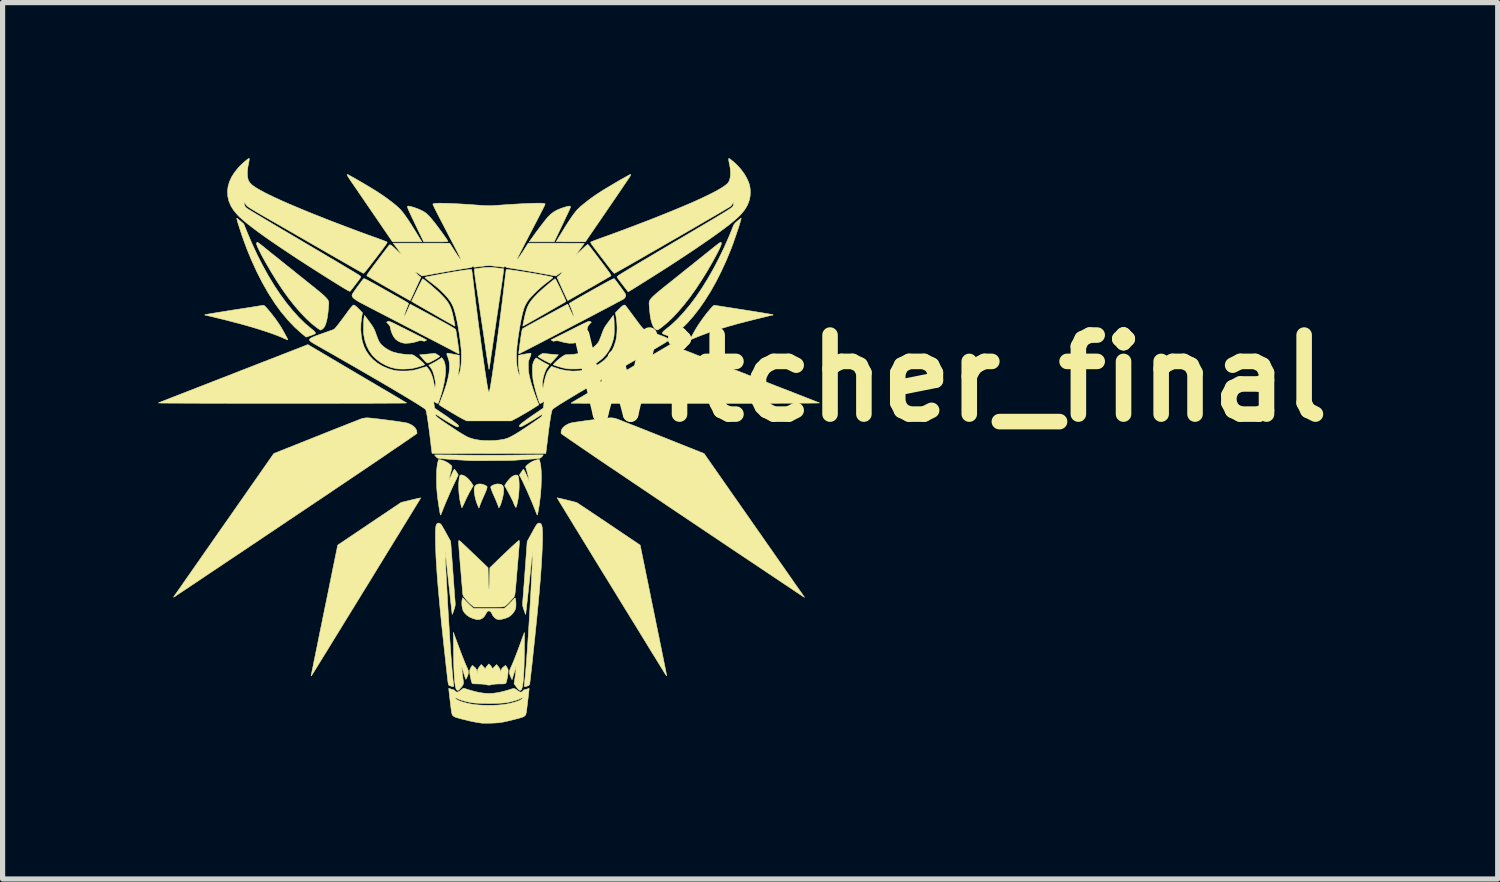
<source format=kicad_pcb>
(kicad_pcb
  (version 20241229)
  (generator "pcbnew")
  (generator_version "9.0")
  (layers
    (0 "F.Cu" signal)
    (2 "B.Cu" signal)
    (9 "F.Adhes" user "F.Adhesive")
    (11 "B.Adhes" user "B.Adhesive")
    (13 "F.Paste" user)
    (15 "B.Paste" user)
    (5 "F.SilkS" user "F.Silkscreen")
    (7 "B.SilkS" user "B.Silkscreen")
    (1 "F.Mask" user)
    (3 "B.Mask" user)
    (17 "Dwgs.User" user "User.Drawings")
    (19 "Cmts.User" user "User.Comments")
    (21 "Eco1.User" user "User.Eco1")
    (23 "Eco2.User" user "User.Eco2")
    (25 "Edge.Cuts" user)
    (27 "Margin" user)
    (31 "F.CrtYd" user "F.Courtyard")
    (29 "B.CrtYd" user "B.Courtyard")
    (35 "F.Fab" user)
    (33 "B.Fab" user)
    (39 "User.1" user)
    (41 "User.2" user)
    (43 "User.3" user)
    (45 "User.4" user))
  (footprint "Witcher_final"
    (layer "F.Cu")
    (at 6.355 5.517)
    (property "Reference" "Witcher_final" (at 8.89 -1.27 0) (layer "F.SilkS") (effects (font (size 1.524 1.524) (thickness 0.3))))
    (attr through_hole)
    (fp_poly (pts (xy -0.968 -1.725) (xy -0.944 -1.71) (xy -0.928 -1.699) (xy -0.923 -1.693) (xy -0.93 -1.687) (xy -0.948 -1.674) (xy -0.975 -1.657) (xy -1.006 -1.638) (xy -1.039 -1.619) (xy -1.07 -1.603) (xy -1.082 -1.596) (xy -1.115 -1.58) (xy -1.139 -1.569) (xy -1.157 -1.566) (xy -1.173 -1.571) (xy -1.191 -1.586) (xy -1.214 -1.61) (xy -1.241 -1.641) (xy -1.313 -1.723) (xy -1.285 -1.725) (xy -1.267 -1.727) (xy -1.235 -1.73) (xy -1.195 -1.734) (xy -1.15 -1.739) (xy -1.135 -1.74) (xy -1.012 -1.752) (xy -0.968 -1.725)) (stroke (width 0.01) (type solid)) (fill yes) (layer "F.SilkS"))
    (fp_poly (pts (xy 1.139 -1.744) (xy 1.186 -1.739) (xy 1.238 -1.734) (xy 1.286 -1.73) (xy 1.289 -1.729) (xy 1.364 -1.723) (xy 1.291 -1.64) (xy 1.264 -1.61) (xy 1.24 -1.584) (xy 1.222 -1.566) (xy 1.213 -1.558) (xy 1.212 -1.558) (xy 1.202 -1.562) (xy 1.182 -1.572) (xy 1.156 -1.585) (xy 1.118 -1.604) (xy 1.08 -1.625) (xy 1.043 -1.646) (xy 1.012 -1.665) (xy 0.988 -1.68) (xy 0.975 -1.69) (xy 0.974 -1.692) (xy 0.98 -1.699) (xy 0.998 -1.712) (xy 1.018 -1.725) (xy 1.063 -1.752) (xy 1.139 -1.744)) (stroke (width 0.01) (type solid)) (fill yes) (layer "F.SilkS"))
    (fp_poly (pts (xy -0.126 0.768) (xy -0.08 0.779) (xy -0.052 0.791) (xy -0.027 0.804) (xy -0.014 0.814) (xy -0.01 0.825) (xy -0.012 0.841) (xy -0.013 0.845) (xy -0.018 0.864) (xy -0.029 0.894) (xy -0.045 0.933) (xy -0.064 0.976) (xy -0.074 0.999) (xy -0.095 1.046) (xy -0.115 1.093) (xy -0.132 1.135) (xy -0.145 1.167) (xy -0.148 1.177) (xy -0.167 1.232) (xy -0.189 1.185) (xy -0.209 1.135) (xy -0.227 1.079) (xy -0.242 1.02) (xy -0.252 0.962) (xy -0.259 0.908) (xy -0.26 0.862) (xy -0.255 0.828) (xy -0.254 0.826) (xy -0.236 0.797) (xy -0.207 0.777) (xy -0.169 0.767) (xy -0.126 0.768)) (stroke (width 0.01) (type solid)) (fill yes) (layer "F.SilkS"))
    (fp_poly (pts (xy 1.59 -4.59) (xy 1.597 -4.581) (xy 1.596 -4.565) (xy 1.591 -4.552) (xy 1.58 -4.527) (xy 1.563 -4.489) (xy 1.541 -4.442) (xy 1.514 -4.386) (xy 1.485 -4.323) (xy 1.453 -4.256) (xy 1.437 -4.223) (xy 1.284 -3.903) (xy 0.803 -3.903) (xy 0.852 -3.973) (xy 0.888 -4.023) (xy 0.928 -4.079) (xy 0.971 -4.136) (xy 1.014 -4.194) (xy 1.056 -4.249) (xy 1.095 -4.299) (xy 1.129 -4.342) (xy 1.156 -4.374) (xy 1.167 -4.387) (xy 1.219 -4.437) (xy 1.274 -4.479) (xy 1.337 -4.515) (xy 1.411 -4.546) (xy 1.498 -4.575) (xy 1.501 -4.575) (xy 1.544 -4.587) (xy 1.573 -4.592) (xy 1.59 -4.59)) (stroke (width 0.01) (type solid)) (fill yes) (layer "F.SilkS"))
    (fp_poly (pts (xy 0.239 0.771) (xy 0.273 0.783) (xy 0.295 0.806) (xy 0.307 0.839) (xy 0.31 0.886) (xy 0.306 0.941) (xy 0.297 0.995) (xy 0.284 1.052) (xy 0.269 1.108) (xy 0.253 1.157) (xy 0.237 1.194) (xy 0.226 1.214) (xy 0.219 1.226) (xy 0.218 1.228) (xy 0.214 1.22) (xy 0.207 1.201) (xy 0.197 1.174) (xy 0.196 1.171) (xy 0.185 1.143) (xy 0.169 1.103) (xy 0.15 1.058) (xy 0.129 1.01) (xy 0.122 0.994) (xy 0.102 0.95) (xy 0.085 0.909) (xy 0.072 0.875) (xy 0.064 0.851) (xy 0.062 0.844) (xy 0.06 0.827) (xy 0.064 0.816) (xy 0.076 0.805) (xy 0.099 0.793) (xy 0.103 0.791) (xy 0.144 0.774) (xy 0.184 0.767) (xy 0.195 0.767) (xy 0.239 0.771)) (stroke (width 0.01) (type solid)) (fill yes) (layer "F.SilkS"))
    (fp_poly (pts (xy 1.968 -2.371) (xy 1.974 -2.369) (xy 1.978 -2.366) (xy 2 -2.352) (xy 1.966 -2.317) (xy 1.939 -2.283) (xy 1.926 -2.249) (xy 1.926 -2.248) (xy 1.906 -2.164) (xy 1.876 -2.093) (xy 1.836 -2.037) (xy 1.787 -1.994) (xy 1.728 -1.965) (xy 1.658 -1.949) (xy 1.579 -1.947) (xy 1.558 -1.949) (xy 1.518 -1.955) (xy 1.471 -1.964) (xy 1.428 -1.976) (xy 1.423 -1.977) (xy 1.373 -1.991) (xy 1.332 -1.995) (xy 1.296 -1.991) (xy 1.277 -1.986) (xy 1.263 -1.987) (xy 1.246 -1.997) (xy 1.225 -2.013) (xy 1.591 -2.196) (xy 1.675 -2.239) (xy 1.745 -2.274) (xy 1.803 -2.302) (xy 1.849 -2.325) (xy 1.886 -2.342) (xy 1.914 -2.355) (xy 1.935 -2.364) (xy 1.95 -2.369) (xy 1.96 -2.371) (xy 1.968 -2.371)) (stroke (width 0.01) (type solid)) (fill yes) (layer "F.SilkS"))
    (fp_poly (pts (xy -0.474 0.599) (xy -0.438 0.617) (xy -0.4 0.645) (xy -0.362 0.681) (xy -0.326 0.725) (xy -0.293 0.774) (xy -0.293 0.775) (xy -0.277 0.801) (xy -0.329 0.89) (xy -0.353 0.932) (xy -0.379 0.984) (xy -0.407 1.039) (xy -0.431 1.091) (xy -0.435 1.1) (xy -0.454 1.142) (xy -0.471 1.178) (xy -0.484 1.205) (xy -0.492 1.222) (xy -0.494 1.225) (xy -0.499 1.221) (xy -0.505 1.204) (xy -0.507 1.197) (xy -0.515 1.165) (xy -0.523 1.133) (xy -0.524 1.13) (xy -0.535 1.078) (xy -0.544 1.015) (xy -0.552 0.947) (xy -0.557 0.879) (xy -0.559 0.817) (xy -0.559 0.817) (xy -0.558 0.761) (xy -0.554 0.709) (xy -0.549 0.665) (xy -0.543 0.629) (xy -0.535 0.606) (xy -0.53 0.599) (xy -0.505 0.592) (xy -0.474 0.599)) (stroke (width 0.01) (type solid)) (fill yes) (layer "F.SilkS"))
    (fp_poly (pts (xy 0.582 0.603) (xy 0.592 0.625) (xy 0.6 0.661) (xy 0.605 0.709) (xy 0.608 0.765) (xy 0.608 0.828) (xy 0.605 0.894) (xy 0.6 0.962) (xy 0.592 1.028) (xy 0.582 1.09) (xy 0.58 1.1) (xy 0.569 1.152) (xy 0.56 1.188) (xy 0.553 1.21) (xy 0.547 1.219) (xy 0.54 1.217) (xy 0.532 1.204) (xy 0.522 1.182) (xy 0.521 1.182) (xy 0.51 1.156) (xy 0.502 1.137) (xy 0.5 1.129) (xy 0.496 1.119) (xy 0.486 1.098) (xy 0.471 1.067) (xy 0.452 1.03) (xy 0.432 0.99) (xy 0.411 0.95) (xy 0.391 0.912) (xy 0.374 0.881) (xy 0.361 0.858) (xy 0.359 0.854) (xy 0.328 0.802) (xy 0.342 0.775) (xy 0.364 0.741) (xy 0.393 0.703) (xy 0.425 0.667) (xy 0.456 0.637) (xy 0.474 0.623) (xy 0.507 0.606) (xy 0.539 0.596) (xy 0.565 0.595) (xy 0.582 0.603)) (stroke (width 0.01) (type solid)) (fill yes) (layer "F.SilkS"))
    (fp_poly (pts (xy -2.699 -5.201) (xy -2.678 -5.19) (xy -2.646 -5.173) (xy -2.604 -5.15) (xy -2.555 -5.123) (xy -2.501 -5.091) (xy -2.442 -5.057) (xy -2.382 -5.022) (xy -2.321 -4.985) (xy -2.261 -4.95) (xy -2.204 -4.915) (xy -2.165 -4.891) (xy -2.074 -4.832) (xy -1.985 -4.772) (xy -1.902 -4.711) (xy -1.826 -4.653) (xy -1.76 -4.599) (xy -1.707 -4.551) (xy -1.704 -4.548) (xy -1.679 -4.522) (xy -1.652 -4.491) (xy -1.623 -4.454) (xy -1.591 -4.41) (xy -1.555 -4.359) (xy -1.515 -4.299) (xy -1.469 -4.228) (xy -1.418 -4.146) (xy -1.36 -4.052) (xy -1.294 -3.944) (xy -1.288 -3.935) (xy -1.269 -3.903) (xy -1.835 -3.903) (xy -2.02 -4.174) (xy -2.085 -4.269) (xy -2.152 -4.367) (xy -2.221 -4.468) (xy -2.29 -4.568) (xy -2.357 -4.666) (xy -2.421 -4.76) (xy -2.481 -4.848) (xy -2.535 -4.927) (xy -2.583 -4.996) (xy -2.616 -5.044) (xy -2.651 -5.096) (xy -2.677 -5.136) (xy -2.695 -5.165) (xy -2.705 -5.185) (xy -2.709 -5.197) (xy -2.707 -5.203) (xy -2.699 -5.201)) (stroke (width 0.01) (type solid)) (fill yes) (layer "F.SilkS"))
    (fp_poly (pts (xy -1.908 -2.371) (xy -1.896 -2.368) (xy -1.879 -2.362) (xy -1.856 -2.352) (xy -1.825 -2.338) (xy -1.784 -2.318) (xy -1.733 -2.293) (xy -1.67 -2.261) (xy -1.593 -2.223) (xy -1.586 -2.219) (xy -1.516 -2.184) (xy -1.449 -2.151) (xy -1.387 -2.119) (xy -1.332 -2.091) (xy -1.286 -2.068) (xy -1.25 -2.049) (xy -1.227 -2.037) (xy -1.221 -2.034) (xy -1.176 -2.009) (xy -1.196 -1.996) (xy -1.212 -1.988) (xy -1.229 -1.987) (xy -1.254 -1.992) (xy -1.257 -1.993) (xy -1.278 -1.997) (xy -1.296 -1.998) (xy -1.317 -1.995) (xy -1.346 -1.986) (xy -1.368 -1.979) (xy -1.435 -1.961) (xy -1.505 -1.95) (xy -1.572 -1.946) (xy -1.615 -1.948) (xy -1.67 -1.962) (xy -1.724 -1.987) (xy -1.769 -2.02) (xy -1.782 -2.033) (xy -1.816 -2.079) (xy -1.844 -2.135) (xy -1.865 -2.196) (xy -1.871 -2.227) (xy -1.879 -2.261) (xy -1.889 -2.285) (xy -1.906 -2.307) (xy -1.915 -2.317) (xy -1.949 -2.352) (xy -1.928 -2.366) (xy -1.922 -2.369) (xy -1.916 -2.371) (xy -1.908 -2.371)) (stroke (width 0.01) (type solid)) (fill yes) (layer "F.SilkS"))
    (fp_poly (pts (xy -1.494 -4.587) (xy -1.458 -4.578) (xy -1.417 -4.565) (xy -1.375 -4.551) (xy -1.335 -4.535) (xy -1.317 -4.527) (xy -1.269 -4.505) (xy -1.229 -4.483) (xy -1.193 -4.459) (xy -1.16 -4.43) (xy -1.125 -4.395) (xy -1.086 -4.351) (xy -1.041 -4.295) (xy -1.04 -4.295) (xy -1.013 -4.26) (xy -0.981 -4.219) (xy -0.947 -4.173) (xy -0.912 -4.125) (xy -0.877 -4.078) (xy -0.844 -4.032) (xy -0.815 -3.991) (xy -0.791 -3.956) (xy -0.774 -3.931) (xy -0.765 -3.916) (xy -0.765 -3.915) (xy -0.766 -3.912) (xy -0.772 -3.909) (xy -0.786 -3.907) (xy -0.809 -3.905) (xy -0.843 -3.904) (xy -0.889 -3.903) (xy -0.949 -3.903) (xy -0.997 -3.903) (xy -1.233 -3.903) (xy -1.304 -4.049) (xy -1.353 -4.152) (xy -1.396 -4.241) (xy -1.432 -4.317) (xy -1.463 -4.381) (xy -1.487 -4.433) (xy -1.507 -4.476) (xy -1.522 -4.51) (xy -1.533 -4.537) (xy -1.541 -4.556) (xy -1.545 -4.57) (xy -1.546 -4.58) (xy -1.545 -4.586) (xy -1.543 -4.589) (xy -1.539 -4.591) (xy -1.537 -4.592) (xy -1.522 -4.592) (xy -1.494 -4.587)) (stroke (width 0.01) (type solid)) (fill yes) (layer "F.SilkS"))
    (fp_poly (pts (xy -1.238 -3.182) (xy -1.214 -3.164) (xy -1.181 -3.138) (xy -1.142 -3.107) (xy -1.1 -3.071) (xy -1.056 -3.033) (xy -1.013 -2.995) (xy -0.972 -2.959) (xy -0.936 -2.926) (xy -0.914 -2.904) (xy -0.856 -2.844) (xy -0.808 -2.791) (xy -0.77 -2.741) (xy -0.74 -2.691) (xy -0.715 -2.638) (xy -0.694 -2.577) (xy -0.675 -2.507) (xy -0.657 -2.423) (xy -0.657 -2.421) (xy -0.648 -2.38) (xy -0.64 -2.342) (xy -0.634 -2.313) (xy -0.631 -2.297) (xy -0.631 -2.297) (xy -0.63 -2.282) (xy -0.633 -2.278) (xy -0.641 -2.282) (xy -0.663 -2.294) (xy -0.696 -2.313) (xy -0.741 -2.338) (xy -0.794 -2.368) (xy -0.855 -2.403) (xy -0.923 -2.441) (xy -0.996 -2.483) (xy -1.033 -2.505) (xy -1.109 -2.548) (xy -1.18 -2.589) (xy -1.246 -2.627) (xy -1.305 -2.661) (xy -1.356 -2.69) (xy -1.397 -2.714) (xy -1.427 -2.731) (xy -1.444 -2.742) (xy -1.447 -2.744) (xy -1.467 -2.757) (xy -1.363 -2.975) (xy -1.336 -3.03) (xy -1.311 -3.081) (xy -1.289 -3.124) (xy -1.272 -3.158) (xy -1.259 -3.18) (xy -1.253 -3.19) (xy -1.252 -3.19) (xy -1.238 -3.182)) (stroke (width 0.01) (type solid)) (fill yes) (layer "F.SilkS"))
    (fp_poly (pts (xy -0.586 3.831) (xy -0.549 3.929) (xy -0.515 4.02) (xy -0.483 4.103) (xy -0.454 4.176) (xy -0.429 4.237) (xy -0.408 4.286) (xy -0.392 4.32) (xy -0.391 4.322) (xy -0.374 4.366) (xy -0.371 4.408) (xy -0.38 4.453) (xy -0.393 4.485) (xy -0.406 4.511) (xy -0.416 4.529) (xy -0.421 4.534) (xy -0.422 4.534) (xy -0.425 4.525) (xy -0.433 4.503) (xy -0.444 4.47) (xy -0.457 4.43) (xy -0.463 4.409) (xy -0.5 4.288) (xy -0.496 4.348) (xy -0.493 4.381) (xy -0.488 4.424) (xy -0.482 4.472) (xy -0.477 4.511) (xy -0.471 4.554) (xy -0.467 4.585) (xy -0.466 4.605) (xy -0.468 4.62) (xy -0.472 4.633) (xy -0.479 4.646) (xy -0.492 4.667) (xy -0.511 4.692) (xy -0.533 4.716) (xy -0.552 4.736) (xy -0.567 4.748) (xy -0.572 4.75) (xy -0.585 4.745) (xy -0.594 4.741) (xy -0.606 4.726) (xy -0.617 4.695) (xy -0.626 4.648) (xy -0.634 4.585) (xy -0.641 4.505) (xy -0.647 4.41) (xy -0.652 4.298) (xy -0.655 4.169) (xy -0.657 4.023) (xy -0.657 4.013) (xy -0.661 3.628) (xy -0.586 3.831)) (stroke (width 0.01) (type solid)) (fill yes) (layer "F.SilkS"))
    (fp_poly (pts (xy 0.71 3.639) (xy 0.71 3.662) (xy 0.711 3.698) (xy 0.711 3.746) (xy 0.71 3.804) (xy 0.71 3.871) (xy 0.709 3.945) (xy 0.709 4.005) (xy 0.706 4.152) (xy 0.703 4.284) (xy 0.698 4.399) (xy 0.692 4.497) (xy 0.685 4.579) (xy 0.676 4.645) (xy 0.667 4.693) (xy 0.656 4.725) (xy 0.646 4.739) (xy 0.632 4.748) (xy 0.621 4.748) (xy 0.605 4.737) (xy 0.598 4.732) (xy 0.581 4.716) (xy 0.561 4.691) (xy 0.543 4.666) (xy 0.51 4.619) (xy 0.525 4.521) (xy 0.532 4.474) (xy 0.538 4.424) (xy 0.543 4.379) (xy 0.545 4.356) (xy 0.55 4.288) (xy 0.533 4.343) (xy 0.521 4.379) (xy 0.508 4.422) (xy 0.495 4.464) (xy 0.493 4.47) (xy 0.471 4.542) (xy 0.445 4.487) (xy 0.429 4.447) (xy 0.421 4.412) (xy 0.423 4.378) (xy 0.434 4.34) (xy 0.454 4.293) (xy 0.454 4.293) (xy 0.474 4.249) (xy 0.498 4.192) (xy 0.526 4.122) (xy 0.557 4.042) (xy 0.591 3.953) (xy 0.626 3.857) (xy 0.652 3.785) (xy 0.669 3.738) (xy 0.684 3.696) (xy 0.697 3.663) (xy 0.705 3.641) (xy 0.709 3.632) (xy 0.71 3.639)) (stroke (width 0.01) (type solid)) (fill yes) (layer "F.SilkS"))
    (fp_poly (pts (xy -4.83 -4.355) (xy -4.812 -4.341) (xy -4.788 -4.321) (xy -4.768 -4.304) (xy -4.703 -4.247) (xy -4.639 -4.09) (xy -4.544 -3.866) (xy -4.444 -3.651) (xy -4.338 -3.444) (xy -4.229 -3.247) (xy -4.116 -3.061) (xy -4 -2.887) (xy -3.882 -2.726) (xy -3.761 -2.578) (xy -3.64 -2.444) (xy -3.518 -2.325) (xy -3.4 -2.226) (xy -3.361 -2.195) (xy -3.336 -2.171) (xy -3.323 -2.153) (xy -3.321 -2.14) (xy -3.33 -2.129) (xy -3.337 -2.124) (xy -3.35 -2.119) (xy -3.373 -2.11) (xy -3.403 -2.099) (xy -3.435 -2.088) (xy -3.464 -2.077) (xy -3.488 -2.07) (xy -3.5 -2.066) (xy -3.501 -2.066) (xy -3.508 -2.071) (xy -3.525 -2.085) (xy -3.55 -2.105) (xy -3.581 -2.131) (xy -3.586 -2.135) (xy -3.723 -2.258) (xy -3.855 -2.397) (xy -3.984 -2.552) (xy -4.108 -2.723) (xy -4.227 -2.909) (xy -4.342 -3.11) (xy -4.453 -3.327) (xy -4.558 -3.558) (xy -4.631 -3.734) (xy -4.652 -3.789) (xy -4.675 -3.851) (xy -4.699 -3.916) (xy -4.723 -3.983) (xy -4.746 -4.049) (xy -4.767 -4.114) (xy -4.787 -4.176) (xy -4.805 -4.231) (xy -4.82 -4.279) (xy -4.83 -4.318) (xy -4.837 -4.345) (xy -4.838 -4.359) (xy -4.837 -4.36) (xy -4.83 -4.355)) (stroke (width 0.01) (type solid)) (fill yes) (layer "F.SilkS"))
    (fp_poly (pts (xy 1.308 -3.183) (xy 1.319 -3.164) (xy 1.336 -3.133) (xy 1.355 -3.094) (xy 1.377 -3.049) (xy 1.401 -3.001) (xy 1.424 -2.951) (xy 1.447 -2.901) (xy 1.468 -2.855) (xy 1.486 -2.815) (xy 1.5 -2.783) (xy 1.508 -2.761) (xy 1.51 -2.751) (xy 1.51 -2.751) (xy 1.501 -2.746) (xy 1.48 -2.733) (xy 1.447 -2.714) (xy 1.404 -2.689) (xy 1.353 -2.66) (xy 1.296 -2.627) (xy 1.234 -2.591) (xy 1.168 -2.553) (xy 1.1 -2.514) (xy 1.033 -2.476) (xy 0.967 -2.438) (xy 0.904 -2.402) (xy 0.846 -2.369) (xy 0.794 -2.34) (xy 0.75 -2.315) (xy 0.715 -2.296) (xy 0.692 -2.283) (xy 0.682 -2.278) (xy 0.681 -2.278) (xy 0.679 -2.285) (xy 0.681 -2.297) (xy 0.684 -2.312) (xy 0.69 -2.34) (xy 0.697 -2.377) (xy 0.706 -2.419) (xy 0.707 -2.426) (xy 0.726 -2.51) (xy 0.746 -2.582) (xy 0.767 -2.643) (xy 0.794 -2.698) (xy 0.826 -2.749) (xy 0.867 -2.801) (xy 0.917 -2.856) (xy 0.964 -2.904) (xy 0.995 -2.934) (xy 1.032 -2.968) (xy 1.074 -3.005) (xy 1.118 -3.043) (xy 1.162 -3.081) (xy 1.203 -3.115) (xy 1.24 -3.145) (xy 1.271 -3.169) (xy 1.293 -3.185) (xy 1.302 -3.19) (xy 1.308 -3.183)) (stroke (width 0.01) (type solid)) (fill yes) (layer "F.SilkS"))
    (fp_poly (pts (xy 2.758 -5.203) (xy 2.758 -5.193) (xy 2.752 -5.175) (xy 2.751 -5.174) (xy 2.745 -5.164) (xy 2.729 -5.14) (xy 2.706 -5.105) (xy 2.675 -5.059) (xy 2.637 -5.003) (xy 2.593 -4.938) (xy 2.544 -4.866) (xy 2.49 -4.787) (xy 2.432 -4.702) (xy 2.371 -4.613) (xy 2.312 -4.526) (xy 1.885 -3.903) (xy 1.602 -3.903) (xy 1.535 -3.903) (xy 1.474 -3.904) (xy 1.421 -3.905) (xy 1.377 -3.906) (xy 1.345 -3.907) (xy 1.327 -3.908) (xy 1.323 -3.909) (xy 1.329 -3.918) (xy 1.342 -3.939) (xy 1.36 -3.971) (xy 1.384 -4.01) (xy 1.411 -4.054) (xy 1.423 -4.072) (xy 1.482 -4.17) (xy 1.535 -4.253) (xy 1.581 -4.324) (xy 1.622 -4.385) (xy 1.659 -4.436) (xy 1.692 -4.479) (xy 1.722 -4.515) (xy 1.75 -4.544) (xy 1.79 -4.581) (xy 1.841 -4.624) (xy 1.899 -4.671) (xy 1.963 -4.72) (xy 2.028 -4.768) (xy 2.091 -4.812) (xy 2.108 -4.823) (xy 2.147 -4.848) (xy 2.193 -4.878) (xy 2.246 -4.911) (xy 2.304 -4.946) (xy 2.365 -4.982) (xy 2.427 -5.019) (xy 2.488 -5.055) (xy 2.547 -5.09) (xy 2.602 -5.121) (xy 2.652 -5.149) (xy 2.694 -5.172) (xy 2.727 -5.19) (xy 2.749 -5.201) (xy 2.758 -5.203) (xy 2.758 -5.203)) (stroke (width 0.01) (type solid)) (fill yes) (layer "F.SilkS"))
    (fp_poly (pts (xy -4.318 -2.678) (xy -4.305 -2.67) (xy -4.288 -2.655) (xy -4.264 -2.629) (xy -4.238 -2.6) (xy -4.169 -2.516) (xy -4.1 -2.427) (xy -4.037 -2.338) (xy -3.991 -2.267) (xy -3.97 -2.233) (xy -3.948 -2.194) (xy -3.925 -2.153) (xy -3.903 -2.113) (xy -3.883 -2.076) (xy -3.867 -2.045) (xy -3.857 -2.023) (xy -3.853 -2.012) (xy -3.854 -2.012) (xy -3.862 -2.014) (xy -3.882 -2.021) (xy -3.909 -2.033) (xy -3.912 -2.034) (xy -4.013 -2.078) (xy -4.131 -2.123) (xy -4.265 -2.17) (xy -4.414 -2.218) (xy -4.577 -2.267) (xy -4.755 -2.317) (xy -4.946 -2.367) (xy -5.11 -2.409) (xy -5.178 -2.426) (xy -5.243 -2.441) (xy -5.302 -2.456) (xy -5.352 -2.468) (xy -5.392 -2.477) (xy -5.42 -2.483) (xy -5.431 -2.486) (xy -5.451 -2.49) (xy -5.456 -2.494) (xy -5.448 -2.499) (xy -5.437 -2.501) (xy -5.411 -2.506) (xy -5.37 -2.513) (xy -5.318 -2.522) (xy -5.254 -2.532) (xy -5.181 -2.544) (xy -5.1 -2.557) (xy -5.013 -2.571) (xy -4.92 -2.586) (xy -4.889 -2.591) (xy -4.795 -2.605) (xy -4.706 -2.619) (xy -4.622 -2.632) (xy -4.546 -2.644) (xy -4.479 -2.655) (xy -4.423 -2.664) (xy -4.378 -2.671) (xy -4.347 -2.676) (xy -4.33 -2.678) (xy -4.328 -2.679) (xy -4.318 -2.678)) (stroke (width 0.01) (type solid)) (fill yes) (layer "F.SilkS"))
    (fp_poly (pts (xy 4.379 -2.679) (xy 4.39 -2.677) (xy 4.417 -2.673) (xy 4.458 -2.666) (xy 4.511 -2.658) (xy 4.575 -2.648) (xy 4.648 -2.636) (xy 4.73 -2.624) (xy 4.817 -2.61) (xy 4.91 -2.595) (xy 4.94 -2.591) (xy 5.034 -2.576) (xy 5.124 -2.562) (xy 5.207 -2.548) (xy 5.283 -2.536) (xy 5.35 -2.525) (xy 5.406 -2.516) (xy 5.45 -2.508) (xy 5.481 -2.503) (xy 5.497 -2.499) (xy 5.499 -2.499) (xy 5.507 -2.494) (xy 5.502 -2.49) (xy 5.482 -2.486) (xy 5.461 -2.482) (xy 5.426 -2.474) (xy 5.379 -2.462) (xy 5.323 -2.449) (xy 5.259 -2.433) (xy 5.191 -2.417) (xy 5.121 -2.399) (xy 5.05 -2.381) (xy 4.982 -2.364) (xy 4.918 -2.347) (xy 4.861 -2.333) (xy 4.813 -2.32) (xy 4.795 -2.315) (xy 4.645 -2.273) (xy 4.501 -2.229) (xy 4.365 -2.186) (xy 4.24 -2.144) (xy 4.127 -2.102) (xy 4.028 -2.063) (xy 3.99 -2.047) (xy 3.955 -2.032) (xy 3.927 -2.02) (xy 3.909 -2.013) (xy 3.903 -2.012) (xy 3.907 -2.021) (xy 3.917 -2.042) (xy 3.931 -2.071) (xy 3.947 -2.101) (xy 4.005 -2.206) (xy 4.073 -2.315) (xy 4.15 -2.425) (xy 4.23 -2.531) (xy 4.298 -2.611) (xy 4.326 -2.644) (xy 4.347 -2.664) (xy 4.362 -2.675) (xy 4.374 -2.679) (xy 4.379 -2.679)) (stroke (width 0.01) (type solid)) (fill yes) (layer "F.SilkS"))
    (fp_poly (pts (xy -0.413 3.034) (xy -0.381 3.067) (xy -0.35 3.098) (xy -0.323 3.124) (xy -0.306 3.138) (xy -0.268 3.167) (xy 0.32 3.167) (xy 0.362 3.133) (xy 0.387 3.112) (xy 0.417 3.082) (xy 0.448 3.049) (xy 0.463 3.032) (xy 0.487 3.004) (xy 0.508 2.982) (xy 0.522 2.968) (xy 0.527 2.964) (xy 0.535 2.971) (xy 0.54 2.994) (xy 0.544 3.029) (xy 0.546 3.077) (xy 0.546 3.086) (xy 0.545 3.126) (xy 0.542 3.155) (xy 0.536 3.179) (xy 0.525 3.204) (xy 0.523 3.21) (xy 0.486 3.265) (xy 0.438 3.311) (xy 0.398 3.336) (xy 0.361 3.352) (xy 0.318 3.365) (xy 0.274 3.376) (xy 0.234 3.382) (xy 0.203 3.382) (xy 0.2 3.382) (xy 0.165 3.369) (xy 0.131 3.343) (xy 0.102 3.308) (xy 0.089 3.283) (xy 0.071 3.249) (xy 0.055 3.228) (xy 0.037 3.219) (xy 0.025 3.217) (xy 0.01 3.219) (xy -0.002 3.225) (xy -0.014 3.239) (xy -0.029 3.263) (xy -0.04 3.285) (xy -0.072 3.332) (xy -0.111 3.364) (xy -0.155 3.381) (xy -0.204 3.382) (xy -0.212 3.381) (xy -0.285 3.362) (xy -0.351 3.332) (xy -0.406 3.294) (xy -0.449 3.25) (xy -0.475 3.207) (xy -0.488 3.162) (xy -0.496 3.11) (xy -0.498 3.056) (xy -0.494 3.009) (xy -0.491 2.997) (xy -0.481 2.96) (xy -0.413 3.034)) (stroke (width 0.01) (type solid)) (fill yes) (layer "F.SilkS"))
    (fp_poly (pts (xy 1.006 0.328) (xy 1.018 0.379) (xy 1.027 0.441) (xy 1.033 0.515) (xy 1.036 0.604) (xy 1.036 0.665) (xy 1.031 0.831) (xy 1.017 1.004) (xy 0.995 1.178) (xy 0.97 1.321) (xy 0.964 1.349) (xy 0.96 1.363) (xy 0.956 1.365) (xy 0.951 1.356) (xy 0.951 1.355) (xy 0.944 1.34) (xy 0.933 1.312) (xy 0.919 1.276) (xy 0.901 1.233) (xy 0.89 1.204) (xy 0.863 1.137) (xy 0.832 1.064) (xy 0.799 0.988) (xy 0.766 0.913) (xy 0.733 0.84) (xy 0.702 0.774) (xy 0.675 0.717) (xy 0.653 0.673) (xy 0.653 0.672) (xy 0.612 0.595) (xy 0.649 0.539) (xy 0.667 0.513) (xy 0.682 0.493) (xy 0.692 0.483) (xy 0.693 0.483) (xy 0.698 0.49) (xy 0.709 0.509) (xy 0.724 0.538) (xy 0.74 0.572) (xy 0.757 0.609) (xy 0.773 0.645) (xy 0.785 0.676) (xy 0.787 0.681) (xy 0.795 0.696) (xy 0.8 0.701) (xy 0.8 0.701) (xy 0.799 0.692) (xy 0.795 0.671) (xy 0.788 0.639) (xy 0.779 0.602) (xy 0.768 0.563) (xy 0.758 0.524) (xy 0.749 0.491) (xy 0.741 0.465) (xy 0.737 0.455) (xy 0.734 0.442) (xy 0.737 0.431) (xy 0.748 0.417) (xy 0.769 0.396) (xy 0.772 0.394) (xy 0.815 0.361) (xy 0.865 0.332) (xy 0.916 0.311) (xy 0.957 0.3) (xy 0.996 0.295) (xy 1.006 0.328)) (stroke (width 0.01) (type solid)) (fill yes) (layer "F.SilkS"))
    (fp_poly (pts (xy 4.504 -3.891) (xy 4.508 -3.879) (xy 4.506 -3.858) (xy 4.496 -3.827) (xy 4.479 -3.785) (xy 4.453 -3.732) (xy 4.42 -3.668) (xy 4.378 -3.59) (xy 4.341 -3.522) (xy 4.233 -3.334) (xy 4.122 -3.156) (xy 4.011 -2.988) (xy 3.9 -2.832) (xy 3.788 -2.689) (xy 3.677 -2.559) (xy 3.568 -2.442) (xy 3.461 -2.341) (xy 3.357 -2.256) (xy 3.35 -2.251) (xy 3.317 -2.227) (xy 3.294 -2.212) (xy 3.278 -2.204) (xy 3.265 -2.204) (xy 3.252 -2.209) (xy 3.246 -2.212) (xy 3.216 -2.238) (xy 3.19 -2.279) (xy 3.167 -2.336) (xy 3.148 -2.407) (xy 3.134 -2.491) (xy 3.123 -2.589) (xy 3.119 -2.642) (xy 3.117 -2.668) (xy 3.115 -2.692) (xy 3.114 -2.712) (xy 3.115 -2.731) (xy 3.118 -2.749) (xy 3.124 -2.767) (xy 3.135 -2.786) (xy 3.15 -2.807) (xy 3.171 -2.83) (xy 3.198 -2.857) (xy 3.232 -2.888) (xy 3.275 -2.925) (xy 3.326 -2.967) (xy 3.387 -3.017) (xy 3.458 -3.074) (xy 3.541 -3.14) (xy 3.635 -3.215) (xy 3.674 -3.246) (xy 3.76 -3.315) (xy 3.845 -3.384) (xy 3.929 -3.45) (xy 4.009 -3.515) (xy 4.084 -3.575) (xy 4.153 -3.63) (xy 4.214 -3.679) (xy 4.267 -3.721) (xy 4.309 -3.755) (xy 4.339 -3.779) (xy 4.339 -3.779) (xy 4.381 -3.813) (xy 4.42 -3.843) (xy 4.452 -3.868) (xy 4.477 -3.885) (xy 4.491 -3.894) (xy 4.493 -3.895) (xy 4.504 -3.891)) (stroke (width 0.01) (type solid)) (fill yes) (layer "F.SilkS"))
    (fp_poly (pts (xy 4.889 -4.353) (xy 4.884 -4.331) (xy 4.875 -4.297) (xy 4.862 -4.254) (xy 4.846 -4.201) (xy 4.827 -4.143) (xy 4.806 -4.081) (xy 4.784 -4.016) (xy 4.761 -3.95) (xy 4.739 -3.886) (xy 4.717 -3.825) (xy 4.696 -3.77) (xy 4.688 -3.75) (xy 4.598 -3.533) (xy 4.502 -3.325) (xy 4.402 -3.128) (xy 4.297 -2.942) (xy 4.188 -2.768) (xy 4.076 -2.607) (xy 3.961 -2.461) (xy 3.844 -2.329) (xy 3.726 -2.214) (xy 3.713 -2.202) (xy 3.673 -2.167) (xy 3.635 -2.134) (xy 3.601 -2.107) (xy 3.573 -2.085) (xy 3.554 -2.071) (xy 3.546 -2.066) (xy 3.537 -2.069) (xy 3.516 -2.077) (xy 3.487 -2.087) (xy 3.466 -2.095) (xy 3.432 -2.107) (xy 3.403 -2.119) (xy 3.384 -2.126) (xy 3.379 -2.129) (xy 3.37 -2.141) (xy 3.375 -2.159) (xy 3.395 -2.181) (xy 3.428 -2.208) (xy 3.546 -2.304) (xy 3.665 -2.416) (xy 3.783 -2.544) (xy 3.901 -2.685) (xy 4.018 -2.84) (xy 4.132 -3.008) (xy 4.244 -3.188) (xy 4.353 -3.379) (xy 4.459 -3.58) (xy 4.56 -3.79) (xy 4.647 -3.986) (xy 4.667 -4.034) (xy 4.688 -4.085) (xy 4.707 -4.132) (xy 4.722 -4.169) (xy 4.724 -4.175) (xy 4.737 -4.209) (xy 4.749 -4.233) (xy 4.764 -4.253) (xy 4.783 -4.274) (xy 4.812 -4.299) (xy 4.818 -4.304) (xy 4.846 -4.327) (xy 4.869 -4.346) (xy 4.884 -4.358) (xy 4.889 -4.36) (xy 4.889 -4.353)) (stroke (width 0.01) (type solid)) (fill yes) (layer "F.SilkS"))
    (fp_poly (pts (xy -4.431 -3.89) (xy -4.411 -3.875) (xy -4.382 -3.854) (xy -4.349 -3.828) (xy -4.334 -3.816) (xy -4.312 -3.799) (xy -4.279 -3.772) (xy -4.235 -3.736) (xy -4.181 -3.692) (xy -4.118 -3.642) (xy -4.048 -3.586) (xy -3.972 -3.525) (xy -3.891 -3.46) (xy -3.807 -3.393) (xy -3.719 -3.323) (xy -3.669 -3.282) (xy -3.566 -3.2) (xy -3.475 -3.127) (xy -3.395 -3.063) (xy -3.326 -3.008) (xy -3.268 -2.96) (xy -3.218 -2.919) (xy -3.177 -2.884) (xy -3.144 -2.853) (xy -3.118 -2.827) (xy -3.098 -2.804) (xy -3.083 -2.784) (xy -3.073 -2.766) (xy -3.067 -2.749) (xy -3.064 -2.732) (xy -3.064 -2.714) (xy -3.065 -2.695) (xy -3.067 -2.673) (xy -3.069 -2.649) (xy -3.069 -2.646) (xy -3.077 -2.551) (xy -3.088 -2.464) (xy -3.103 -2.388) (xy -3.121 -2.324) (xy -3.141 -2.275) (xy -3.152 -2.256) (xy -3.171 -2.234) (xy -3.194 -2.214) (xy -3.216 -2.203) (xy -3.224 -2.201) (xy -3.234 -2.206) (xy -3.254 -2.219) (xy -3.28 -2.236) (xy -3.288 -2.242) (xy -3.394 -2.326) (xy -3.502 -2.426) (xy -3.612 -2.541) (xy -3.723 -2.67) (xy -3.836 -2.813) (xy -3.949 -2.97) (xy -4.061 -3.138) (xy -4.173 -3.319) (xy -4.284 -3.509) (xy -4.329 -3.59) (xy -4.368 -3.663) (xy -4.4 -3.727) (xy -4.426 -3.782) (xy -4.445 -3.825) (xy -4.456 -3.855) (xy -4.459 -3.873) (xy -4.458 -3.874) (xy -4.45 -3.89) (xy -4.442 -3.895) (xy -4.431 -3.89)) (stroke (width 0.01) (type solid)) (fill yes) (layer "F.SilkS"))
    (fp_poly (pts (xy -2.288 -2.369) (xy -2.254 -2.324) (xy -2.229 -2.287) (xy -2.209 -2.256) (xy -2.193 -2.227) (xy -2.178 -2.195) (xy -2.163 -2.156) (xy -2.146 -2.107) (xy -2.142 -2.098) (xy -2.127 -2.057) (xy -2.111 -2.017) (xy -2.096 -1.985) (xy -2.088 -1.969) (xy -2.056 -1.926) (xy -2.01 -1.884) (xy -1.955 -1.843) (xy -1.894 -1.808) (xy -1.83 -1.78) (xy -1.811 -1.774) (xy -1.753 -1.759) (xy -1.685 -1.745) (xy -1.614 -1.735) (xy -1.547 -1.729) (xy -1.505 -1.727) (xy -1.474 -1.727) (xy -1.451 -1.724) (xy -1.432 -1.717) (xy -1.41 -1.704) (xy -1.384 -1.686) (xy -1.35 -1.661) (xy -1.316 -1.633) (xy -1.283 -1.605) (xy -1.254 -1.579) (xy -1.232 -1.557) (xy -1.219 -1.54) (xy -1.217 -1.532) (xy -1.23 -1.525) (xy -1.256 -1.516) (xy -1.291 -1.504) (xy -1.332 -1.492) (xy -1.375 -1.48) (xy -1.416 -1.47) (xy -1.452 -1.462) (xy -1.462 -1.461) (xy -1.51 -1.454) (xy -1.567 -1.451) (xy -1.628 -1.449) (xy -1.688 -1.45) (xy -1.739 -1.453) (xy -1.764 -1.457) (xy -1.864 -1.481) (xy -1.962 -1.52) (xy -2.055 -1.571) (xy -2.139 -1.632) (xy -2.212 -1.703) (xy -2.226 -1.718) (xy -2.284 -1.801) (xy -2.331 -1.894) (xy -2.366 -1.996) (xy -2.388 -2.102) (xy -2.388 -2.104) (xy -2.392 -2.142) (xy -2.394 -2.19) (xy -2.394 -2.245) (xy -2.393 -2.301) (xy -2.391 -2.356) (xy -2.388 -2.404) (xy -2.384 -2.441) (xy -2.381 -2.455) (xy -2.374 -2.485) (xy -2.288 -2.369)) (stroke (width 0.01) (type solid)) (fill yes) (layer "F.SilkS"))
    (fp_poly (pts (xy -0.906 0.301) (xy -0.86 0.313) (xy -0.81 0.335) (xy -0.76 0.363) (xy -0.725 0.391) (xy -0.709 0.404) (xy -0.698 0.415) (xy -0.692 0.426) (xy -0.689 0.44) (xy -0.691 0.46) (xy -0.697 0.488) (xy -0.707 0.527) (xy -0.721 0.579) (xy -0.722 0.584) (xy -0.733 0.624) (xy -0.741 0.656) (xy -0.746 0.679) (xy -0.747 0.689) (xy -0.746 0.689) (xy -0.74 0.679) (xy -0.729 0.656) (xy -0.714 0.625) (xy -0.696 0.587) (xy -0.694 0.582) (xy -0.677 0.545) (xy -0.661 0.514) (xy -0.65 0.492) (xy -0.643 0.483) (xy -0.642 0.483) (xy -0.635 0.489) (xy -0.621 0.506) (xy -0.605 0.529) (xy -0.589 0.553) (xy -0.576 0.575) (xy -0.568 0.59) (xy -0.567 0.593) (xy -0.571 0.602) (xy -0.581 0.624) (xy -0.595 0.656) (xy -0.614 0.696) (xy -0.634 0.737) (xy -0.668 0.809) (xy -0.705 0.889) (xy -0.742 0.974) (xy -0.779 1.059) (xy -0.814 1.14) (xy -0.844 1.214) (xy -0.868 1.274) (xy -0.882 1.31) (xy -0.894 1.339) (xy -0.902 1.359) (xy -0.906 1.366) (xy -0.91 1.361) (xy -0.915 1.344) (xy -0.921 1.317) (xy -0.922 1.311) (xy -0.94 1.202) (xy -0.954 1.106) (xy -0.966 1.021) (xy -0.974 0.942) (xy -0.98 0.867) (xy -0.984 0.792) (xy -0.985 0.715) (xy -0.986 0.66) (xy -0.985 0.572) (xy -0.982 0.498) (xy -0.976 0.435) (xy -0.968 0.382) (xy -0.957 0.335) (xy -0.955 0.327) (xy -0.945 0.295) (xy -0.906 0.301)) (stroke (width 0.01) (type solid)) (fill yes) (layer "F.SilkS"))
    (fp_poly (pts (xy 2.433 -2.447) (xy 2.436 -2.426) (xy 2.438 -2.392) (xy 2.44 -2.348) (xy 2.441 -2.298) (xy 2.442 -2.252) (xy 2.442 -2.193) (xy 2.441 -2.147) (xy 2.439 -2.111) (xy 2.436 -2.081) (xy 2.431 -2.053) (xy 2.424 -2.023) (xy 2.424 -2.022) (xy 2.389 -1.912) (xy 2.342 -1.814) (xy 2.283 -1.727) (xy 2.211 -1.651) (xy 2.126 -1.584) (xy 2.047 -1.537) (xy 1.979 -1.504) (xy 1.914 -1.48) (xy 1.847 -1.464) (xy 1.774 -1.455) (xy 1.698 -1.451) (xy 1.62 -1.451) (xy 1.556 -1.454) (xy 1.506 -1.46) (xy 1.506 -1.461) (xy 1.473 -1.468) (xy 1.435 -1.477) (xy 1.393 -1.489) (xy 1.352 -1.501) (xy 1.315 -1.513) (xy 1.287 -1.523) (xy 1.27 -1.53) (xy 1.267 -1.532) (xy 1.27 -1.54) (xy 1.284 -1.557) (xy 1.306 -1.58) (xy 1.334 -1.606) (xy 1.367 -1.634) (xy 1.401 -1.662) (xy 1.434 -1.686) (xy 1.464 -1.706) (xy 1.485 -1.718) (xy 1.504 -1.725) (xy 1.527 -1.727) (xy 1.556 -1.727) (xy 1.615 -1.73) (xy 1.682 -1.737) (xy 1.751 -1.748) (xy 1.815 -1.761) (xy 1.86 -1.774) (xy 1.927 -1.8) (xy 1.991 -1.834) (xy 2.049 -1.875) (xy 2.098 -1.919) (xy 2.134 -1.964) (xy 2.145 -1.983) (xy 2.157 -2.008) (xy 2.172 -2.045) (xy 2.189 -2.088) (xy 2.205 -2.133) (xy 2.207 -2.137) (xy 2.222 -2.178) (xy 2.236 -2.211) (xy 2.249 -2.24) (xy 2.266 -2.268) (xy 2.287 -2.299) (xy 2.315 -2.338) (xy 2.336 -2.366) (xy 2.425 -2.485) (xy 2.433 -2.447)) (stroke (width 0.01) (type solid)) (fill yes) (layer "F.SilkS"))
    (fp_poly (pts (xy 0.065 -3.41) (xy 0.106 -3.407) (xy 0.153 -3.402) (xy 0.199 -3.397) (xy 0.309 -3.382) (xy 0.307 -3.344) (xy 0.305 -3.328) (xy 0.301 -3.296) (xy 0.295 -3.252) (xy 0.288 -3.198) (xy 0.279 -3.134) (xy 0.268 -3.065) (xy 0.258 -2.99) (xy 0.254 -2.968) (xy 0.236 -2.844) (xy 0.217 -2.72) (xy 0.199 -2.595) (xy 0.18 -2.47) (xy 0.162 -2.349) (xy 0.145 -2.23) (xy 0.128 -2.116) (xy 0.112 -2.008) (xy 0.097 -1.907) (xy 0.084 -1.814) (xy 0.071 -1.731) (xy 0.061 -1.658) (xy 0.052 -1.597) (xy 0.045 -1.549) (xy 0.04 -1.515) (xy 0.038 -1.497) (xy 0.038 -1.496) (xy 0.034 -1.47) (xy 0.029 -1.45) (xy 0.026 -1.444) (xy 0.024 -1.452) (xy 0.02 -1.474) (xy 0.013 -1.509) (xy 0.006 -1.556) (xy -0.003 -1.612) (xy -0.013 -1.676) (xy -0.023 -1.746) (xy -0.024 -1.751) (xy -0.035 -1.827) (xy -0.048 -1.916) (xy -0.063 -2.015) (xy -0.078 -2.119) (xy -0.094 -2.226) (xy -0.11 -2.332) (xy -0.125 -2.432) (xy -0.132 -2.481) (xy -0.146 -2.573) (xy -0.16 -2.67) (xy -0.174 -2.766) (xy -0.188 -2.86) (xy -0.201 -2.949) (xy -0.213 -3.029) (xy -0.223 -3.097) (xy -0.229 -3.136) (xy -0.238 -3.197) (xy -0.245 -3.253) (xy -0.251 -3.301) (xy -0.255 -3.339) (xy -0.257 -3.366) (xy -0.257 -3.378) (xy -0.257 -3.378) (xy -0.245 -3.382) (xy -0.221 -3.387) (xy -0.186 -3.392) (xy -0.144 -3.397) (xy -0.099 -3.402) (xy -0.055 -3.406) (xy -0.014 -3.41) (xy 0.02 -3.411) (xy 0.035 -3.411) (xy 0.065 -3.41)) (stroke (width 0.01) (type solid)) (fill yes) (layer "F.SilkS"))
    (fp_poly (pts (xy -2.977 -1.631) (xy -2.875 -1.571) (xy -2.764 -1.505) (xy -2.646 -1.436) (xy -2.525 -1.364) (xy -2.404 -1.293) (xy -2.287 -1.224) (xy -2.175 -1.158) (xy -2.074 -1.098) (xy -2.028 -1.071) (xy -1.947 -1.024) (xy -1.871 -0.979) (xy -1.8 -0.937) (xy -1.736 -0.899) (xy -1.681 -0.866) (xy -1.634 -0.838) (xy -1.598 -0.816) (xy -1.574 -0.802) (xy -1.563 -0.795) (xy -1.563 -0.795) (xy -1.57 -0.794) (xy -1.594 -0.793) (xy -1.634 -0.793) (xy -1.688 -0.792) (xy -1.757 -0.792) (xy -1.839 -0.791) (xy -1.934 -0.791) (xy -2.042 -0.79) (xy -2.161 -0.79) (xy -2.291 -0.789) (xy -2.431 -0.789) (xy -2.581 -0.789) (xy -2.739 -0.789) (xy -2.906 -0.788) (xy -3.081 -0.788) (xy -3.262 -0.788) (xy -3.45 -0.788) (xy -3.643 -0.788) (xy -3.841 -0.788) (xy -3.959 -0.788) (xy -4.172 -0.788) (xy -4.379 -0.788) (xy -4.579 -0.788) (xy -4.771 -0.788) (xy -4.956 -0.788) (xy -5.131 -0.789) (xy -5.297 -0.789) (xy -5.453 -0.789) (xy -5.599 -0.79) (xy -5.734 -0.79) (xy -5.856 -0.791) (xy -5.967 -0.791) (xy -6.065 -0.792) (xy -6.149 -0.792) (xy -6.22 -0.793) (xy -6.276 -0.793) (xy -6.316 -0.794) (xy -6.341 -0.795) (xy -6.35 -0.795) (xy -6.35 -0.795) (xy -6.34 -0.8) (xy -6.315 -0.81) (xy -6.278 -0.825) (xy -6.23 -0.844) (xy -6.172 -0.867) (xy -6.106 -0.893) (xy -6.033 -0.921) (xy -5.956 -0.951) (xy -5.931 -0.961) (xy -5.805 -1.01) (xy -5.686 -1.056) (xy -5.572 -1.101) (xy -5.461 -1.144) (xy -5.351 -1.187) (xy -5.241 -1.23) (xy -5.128 -1.274) (xy -5.011 -1.319) (xy -4.889 -1.367) (xy -4.759 -1.418) (xy -4.619 -1.472) (xy -4.469 -1.531) (xy -4.305 -1.595) (xy -4.196 -1.637) (xy -3.468 -1.921) (xy -2.977 -1.631)) (stroke (width 0.01) (type solid)) (fill yes) (layer "F.SilkS"))
    (fp_poly (pts (xy 0.045 4.257) (xy 0.064 4.279) (xy 0.08 4.304) (xy 0.08 4.304) (xy 0.095 4.332) (xy 0.172 4.25) (xy 0.198 4.281) (xy 0.222 4.312) (xy 0.237 4.336) (xy 0.244 4.359) (xy 0.246 4.386) (xy 0.248 4.405) (xy 0.25 4.408) (xy 0.251 4.403) (xy 0.26 4.363) (xy 0.27 4.335) (xy 0.284 4.315) (xy 0.305 4.296) (xy 0.309 4.294) (xy 0.347 4.266) (xy 0.373 4.307) (xy 0.388 4.332) (xy 0.395 4.353) (xy 0.396 4.376) (xy 0.394 4.398) (xy 0.39 4.443) (xy 0.383 4.488) (xy 0.374 4.531) (xy 0.365 4.569) (xy 0.357 4.597) (xy 0.349 4.611) (xy 0.334 4.619) (xy 0.308 4.623) (xy 0.276 4.624) (xy 0.21 4.624) (xy 0.154 4.627) (xy 0.109 4.631) (xy 0.079 4.637) (xy 0.074 4.639) (xy 0.034 4.647) (xy -0.008 4.644) (xy -0.025 4.638) (xy -0.047 4.633) (xy -0.083 4.629) (xy -0.129 4.626) (xy -0.182 4.624) (xy -0.229 4.623) (xy -0.263 4.622) (xy -0.288 4.617) (xy -0.298 4.613) (xy -0.304 4.6) (xy -0.313 4.575) (xy -0.321 4.541) (xy -0.33 4.501) (xy -0.338 4.46) (xy -0.344 4.421) (xy -0.347 4.389) (xy -0.347 4.377) (xy -0.341 4.348) (xy -0.326 4.314) (xy -0.321 4.307) (xy -0.296 4.266) (xy -0.273 4.283) (xy -0.239 4.311) (xy -0.218 4.341) (xy -0.206 4.377) (xy -0.204 4.386) (xy -0.197 4.432) (xy -0.196 4.387) (xy -0.194 4.359) (xy -0.188 4.338) (xy -0.174 4.315) (xy -0.16 4.295) (xy -0.124 4.249) (xy -0.091 4.282) (xy -0.071 4.303) (xy -0.055 4.322) (xy -0.051 4.331) (xy -0.045 4.342) (xy -0.043 4.338) (xy -0.043 4.33) (xy -0.037 4.314) (xy -0.023 4.292) (xy -0.009 4.275) (xy 0.024 4.238) (xy 0.045 4.257)) (stroke (width 0.01) (type solid)) (fill yes) (layer "F.SilkS"))
    (fp_poly (pts (xy 3.993 -1.736) (xy 4.065 -1.708) (xy 4.151 -1.675) (xy 4.25 -1.636) (xy 4.359 -1.593) (xy 4.477 -1.547) (xy 4.603 -1.498) (xy 4.734 -1.447) (xy 4.869 -1.395) (xy 5.006 -1.341) (xy 5.144 -1.287) (xy 5.28 -1.234) (xy 5.414 -1.182) (xy 5.427 -1.177) (xy 5.549 -1.129) (xy 5.667 -1.083) (xy 5.779 -1.04) (xy 5.886 -0.998) (xy 5.985 -0.959) (xy 6.076 -0.924) (xy 6.157 -0.892) (xy 6.229 -0.864) (xy 6.289 -0.84) (xy 6.338 -0.821) (xy 6.373 -0.807) (xy 6.394 -0.798) (xy 6.401 -0.795) (xy 6.394 -0.795) (xy 6.37 -0.794) (xy 6.331 -0.793) (xy 6.276 -0.793) (xy 6.208 -0.792) (xy 6.125 -0.792) (xy 6.03 -0.791) (xy 5.922 -0.791) (xy 5.802 -0.79) (xy 5.671 -0.79) (xy 5.529 -0.789) (xy 5.377 -0.789) (xy 5.216 -0.789) (xy 5.047 -0.788) (xy 4.869 -0.788) (xy 4.684 -0.788) (xy 4.492 -0.788) (xy 4.294 -0.788) (xy 4.09 -0.788) (xy 4.011 -0.788) (xy 3.811 -0.788) (xy 3.614 -0.788) (xy 3.423 -0.788) (xy 3.238 -0.788) (xy 3.059 -0.788) (xy 2.888 -0.788) (xy 2.724 -0.788) (xy 2.569 -0.788) (xy 2.422 -0.788) (xy 2.286 -0.789) (xy 2.16 -0.789) (xy 2.045 -0.789) (xy 1.943 -0.789) (xy 1.852 -0.789) (xy 1.775 -0.79) (xy 1.712 -0.79) (xy 1.663 -0.79) (xy 1.629 -0.79) (xy 1.611 -0.791) (xy 1.609 -0.791) (xy 1.615 -0.796) (xy 1.633 -0.808) (xy 1.659 -0.824) (xy 1.666 -0.827) (xy 1.68 -0.836) (xy 1.708 -0.853) (xy 1.749 -0.877) (xy 1.802 -0.907) (xy 1.865 -0.945) (xy 1.938 -0.988) (xy 2.02 -1.036) (xy 2.11 -1.089) (xy 2.207 -1.146) (xy 2.309 -1.207) (xy 2.417 -1.27) (xy 2.529 -1.336) (xy 2.621 -1.391) (xy 3.519 -1.921) (xy 3.993 -1.736)) (stroke (width 0.01) (type solid)) (fill yes) (layer "F.SilkS"))
    (fp_poly (pts (xy 1.062 0.206) (xy 1.072 0.206) (xy 1.072 0.206) (xy 1.069 0.213) (xy 1.057 0.228) (xy 1.047 0.239) (xy 1.034 0.254) (xy 1.022 0.264) (xy 1.006 0.27) (xy 0.983 0.274) (xy 0.949 0.278) (xy 0.94 0.279) (xy 0.904 0.282) (xy 0.855 0.286) (xy 0.8 0.29) (xy 0.742 0.294) (xy 0.707 0.296) (xy 0.656 0.3) (xy 0.609 0.303) (xy 0.57 0.306) (xy 0.542 0.308) (xy 0.529 0.31) (xy 0.515 0.311) (xy 0.487 0.312) (xy 0.445 0.313) (xy 0.393 0.314) (xy 0.332 0.315) (xy 0.264 0.315) (xy 0.191 0.316) (xy 0.116 0.317) (xy 0.04 0.317) (xy -0.034 0.318) (xy -0.105 0.318) (xy -0.171 0.318) (xy -0.228 0.318) (xy -0.277 0.318) (xy -0.313 0.317) (xy -0.336 0.317) (xy -0.339 0.317) (xy -0.36 0.315) (xy -0.396 0.313) (xy -0.442 0.31) (xy -0.496 0.306) (xy -0.556 0.303) (xy -0.597 0.3) (xy -0.661 0.296) (xy -0.724 0.292) (xy -0.782 0.288) (xy -0.833 0.284) (xy -0.873 0.28) (xy -0.889 0.279) (xy -0.927 0.275) (xy -0.952 0.271) (xy -0.969 0.265) (xy -0.981 0.256) (xy -0.994 0.243) (xy -0.997 0.24) (xy -1.012 0.222) (xy -1.021 0.209) (xy -1.022 0.207) (xy -1.014 0.206) (xy -0.989 0.206) (xy -0.951 0.206) (xy -0.901 0.206) (xy -0.839 0.207) (xy -0.767 0.207) (xy -0.687 0.208) (xy -0.601 0.209) (xy -0.509 0.21) (xy -0.497 0.21) (xy -0.382 0.211) (xy -0.255 0.212) (xy -0.119 0.212) (xy 0.022 0.212) (xy 0.162 0.212) (xy 0.299 0.212) (xy 0.427 0.211) (xy 0.543 0.21) (xy 0.548 0.21) (xy 0.64 0.209) (xy 0.728 0.208) (xy 0.808 0.207) (xy 0.881 0.207) (xy 0.944 0.206) (xy 0.996 0.206) (xy 1.036 0.206) (xy 1.062 0.206)) (stroke (width 0.01) (type solid)) (fill yes) (layer "F.SilkS"))
    (fp_poly (pts (xy 1.35 1.036) (xy 1.372 1.041) (xy 1.405 1.048) (xy 1.446 1.057) (xy 1.492 1.068) (xy 1.541 1.08) (xy 1.588 1.092) (xy 1.632 1.103) (xy 1.67 1.113) (xy 1.699 1.12) (xy 1.716 1.126) (xy 1.718 1.126) (xy 1.728 1.132) (xy 1.751 1.147) (xy 1.785 1.17) (xy 1.831 1.2) (xy 1.886 1.237) (xy 1.951 1.28) (xy 2.022 1.328) (xy 2.101 1.38) (xy 2.185 1.437) (xy 2.274 1.496) (xy 2.34 1.541) (xy 2.942 1.947) (xy 3.009 2.275) (xy 3.027 2.362) (xy 3.047 2.463) (xy 3.07 2.575) (xy 3.095 2.696) (xy 3.121 2.823) (xy 3.147 2.954) (xy 3.174 3.086) (xy 3.201 3.217) (xy 3.227 3.344) (xy 3.251 3.464) (xy 3.274 3.575) (xy 3.294 3.674) (xy 3.298 3.691) (xy 3.325 3.825) (xy 3.349 3.942) (xy 3.37 4.045) (xy 3.388 4.134) (xy 3.403 4.21) (xy 3.416 4.274) (xy 3.427 4.327) (xy 3.435 4.37) (xy 3.442 4.404) (xy 3.447 4.429) (xy 3.45 4.447) (xy 3.452 4.459) (xy 3.452 4.466) (xy 3.452 4.467) (xy 3.446 4.462) (xy 3.434 4.445) (xy 3.417 4.419) (xy 3.403 4.396) (xy 3.394 4.382) (xy 3.377 4.354) (xy 3.352 4.314) (xy 3.319 4.26) (xy 3.279 4.195) (xy 3.233 4.119) (xy 3.179 4.033) (xy 3.12 3.937) (xy 3.056 3.832) (xy 2.986 3.718) (xy 2.912 3.597) (xy 2.833 3.469) (xy 2.75 3.335) (xy 2.664 3.195) (xy 2.575 3.05) (xy 2.484 2.902) (xy 2.39 2.749) (xy 2.348 2.68) (xy 2.254 2.528) (xy 2.162 2.379) (xy 2.073 2.234) (xy 1.988 2.095) (xy 1.906 1.961) (xy 1.827 1.833) (xy 1.754 1.713) (xy 1.685 1.601) (xy 1.621 1.496) (xy 1.563 1.401) (xy 1.51 1.315) (xy 1.464 1.239) (xy 1.425 1.175) (xy 1.392 1.122) (xy 1.368 1.081) (xy 1.351 1.052) (xy 1.342 1.038) (xy 1.341 1.035) (xy 1.35 1.036)) (stroke (width 0.01) (type solid)) (fill yes) (layer "F.SilkS"))
    (fp_poly (pts (xy -1.294 1.043) (xy -1.307 1.064) (xy -1.327 1.098) (xy -1.355 1.144) (xy -1.39 1.201) (xy -1.432 1.269) (xy -1.479 1.347) (xy -1.532 1.433) (xy -1.591 1.529) (xy -1.654 1.631) (xy -1.721 1.741) (xy -1.792 1.856) (xy -1.866 1.977) (xy -1.943 2.102) (xy -2.022 2.231) (xy -2.103 2.363) (xy -2.185 2.497) (xy -2.268 2.633) (xy -2.352 2.769) (xy -2.436 2.905) (xy -2.519 3.04) (xy -2.601 3.174) (xy -2.682 3.305) (xy -2.761 3.433) (xy -2.837 3.558) (xy -2.911 3.677) (xy -2.981 3.791) (xy -3.047 3.899) (xy -3.109 4) (xy -3.167 4.093) (xy -3.219 4.178) (xy -3.266 4.254) (xy -3.306 4.319) (xy -3.34 4.374) (xy -3.367 4.417) (xy -3.386 4.448) (xy -3.397 4.465) (xy -3.4 4.469) (xy -3.403 4.467) (xy -3.404 4.464) (xy -3.402 4.454) (xy -3.397 4.429) (xy -3.39 4.392) (xy -3.38 4.343) (xy -3.368 4.285) (xy -3.355 4.219) (xy -3.341 4.147) (xy -3.335 4.122) (xy -3.32 4.047) (xy -3.306 3.977) (xy -3.292 3.912) (xy -3.281 3.854) (xy -3.271 3.807) (xy -3.264 3.771) (xy -3.26 3.75) (xy -3.259 3.747) (xy -3.255 3.726) (xy -3.248 3.692) (xy -3.239 3.647) (xy -3.228 3.596) (xy -3.217 3.54) (xy -3.213 3.523) (xy -3.205 3.484) (xy -3.194 3.43) (xy -3.181 3.364) (xy -3.165 3.286) (xy -3.147 3.199) (xy -3.128 3.105) (xy -3.107 3.005) (xy -3.086 2.901) (xy -3.064 2.795) (xy -3.048 2.714) (xy -3.027 2.611) (xy -3.007 2.512) (xy -2.988 2.418) (xy -2.97 2.329) (xy -2.953 2.249) (xy -2.939 2.178) (xy -2.926 2.118) (xy -2.917 2.07) (xy -2.909 2.035) (xy -2.906 2.016) (xy -2.891 1.946) (xy -2.656 1.788) (xy -2.6 1.75) (xy -2.533 1.705) (xy -2.457 1.654) (xy -2.375 1.599) (xy -2.29 1.541) (xy -2.203 1.483) (xy -2.118 1.425) (xy -2.045 1.377) (xy -1.669 1.124) (xy -1.481 1.078) (xy -1.427 1.065) (xy -1.379 1.054) (xy -1.339 1.045) (xy -1.31 1.039) (xy -1.293 1.036) (xy -1.29 1.036) (xy -1.294 1.043)) (stroke (width 0.01) (type solid)) (fill yes) (layer "F.SilkS"))
    (fp_poly (pts (xy 2.413 -0.506) (xy 2.45 -0.5) (xy 2.467 -0.496) (xy 2.48 -0.491) (xy 2.508 -0.481) (xy 2.55 -0.465) (xy 2.603 -0.444) (xy 2.669 -0.418) (xy 2.744 -0.388) (xy 2.829 -0.355) (xy 2.922 -0.318) (xy 3.021 -0.279) (xy 3.127 -0.237) (xy 3.238 -0.193) (xy 3.341 -0.152) (xy 4.175 0.181) (xy 4.654 0.867) (xy 4.763 1.023) (xy 4.864 1.167) (xy 4.958 1.302) (xy 5.047 1.429) (xy 5.131 1.55) (xy 5.213 1.667) (xy 5.295 1.784) (xy 5.376 1.901) (xy 5.46 2.02) (xy 5.547 2.145) (xy 5.638 2.276) (xy 5.736 2.416) (xy 5.811 2.523) (xy 5.86 2.593) (xy 5.906 2.66) (xy 5.95 2.723) (xy 5.99 2.779) (xy 6.024 2.828) (xy 6.052 2.867) (xy 6.072 2.896) (xy 6.084 2.913) (xy 6.085 2.915) (xy 6.1 2.936) (xy 6.109 2.951) (xy 6.111 2.955) (xy 6.103 2.95) (xy 6.083 2.937) (xy 6.051 2.916) (xy 6.007 2.887) (xy 5.954 2.852) (xy 5.892 2.81) (xy 5.823 2.764) (xy 5.746 2.713) (xy 5.664 2.658) (xy 5.578 2.6) (xy 5.537 2.573) (xy 5.374 2.464) (xy 5.213 2.356) (xy 5.053 2.249) (xy 4.897 2.145) (xy 4.744 2.043) (xy 4.597 1.944) (xy 4.456 1.849) (xy 4.321 1.759) (xy 4.194 1.674) (xy 4.076 1.594) (xy 3.968 1.522) (xy 3.87 1.456) (xy 3.784 1.398) (xy 3.71 1.349) (xy 3.675 1.325) (xy 3.479 1.194) (xy 3.298 1.071) (xy 3.129 0.958) (xy 2.972 0.852) (xy 2.826 0.754) (xy 2.691 0.663) (xy 2.567 0.579) (xy 2.452 0.501) (xy 2.345 0.43) (xy 2.247 0.363) (xy 2.156 0.302) (xy 2.072 0.245) (xy 1.995 0.192) (xy 1.923 0.143) (xy 1.855 0.097) (xy 1.792 0.054) (xy 1.732 0.013) (xy 1.676 -0.026) (xy 1.621 -0.063) (xy 1.568 -0.1) (xy 1.516 -0.136) (xy 1.464 -0.172) (xy 1.433 -0.194) (xy 1.42 -0.206) (xy 1.416 -0.222) (xy 1.417 -0.243) (xy 1.429 -0.286) (xy 1.457 -0.325) (xy 1.499 -0.36) (xy 1.554 -0.39) (xy 1.595 -0.406) (xy 1.615 -0.411) (xy 1.649 -0.417) (xy 1.696 -0.425) (xy 1.753 -0.433) (xy 1.817 -0.442) (xy 1.887 -0.452) (xy 1.96 -0.462) (xy 2.034 -0.471) (xy 2.106 -0.48) (xy 2.175 -0.489) (xy 2.238 -0.496) (xy 2.293 -0.502) (xy 2.337 -0.506) (xy 2.368 -0.508) (xy 2.377 -0.508) (xy 2.413 -0.506)) (stroke (width 0.01) (type solid)) (fill yes) (layer "F.SilkS"))
    (fp_poly (pts (xy 0.607 1.858) (xy 0.609 1.859) (xy 0.611 1.862) (xy 0.612 1.868) (xy 0.612 1.878) (xy 0.612 1.893) (xy 0.611 1.915) (xy 0.609 1.944) (xy 0.606 1.983) (xy 0.602 2.032) (xy 0.598 2.092) (xy 0.591 2.165) (xy 0.584 2.252) (xy 0.575 2.354) (xy 0.571 2.405) (xy 0.562 2.511) (xy 0.555 2.601) (xy 0.548 2.677) (xy 0.543 2.741) (xy 0.538 2.793) (xy 0.534 2.834) (xy 0.53 2.867) (xy 0.526 2.893) (xy 0.522 2.912) (xy 0.518 2.926) (xy 0.513 2.937) (xy 0.508 2.946) (xy 0.502 2.953) (xy 0.494 2.962) (xy 0.486 2.972) (xy 0.484 2.974) (xy 0.452 3.011) (xy 0.417 3.049) (xy 0.382 3.084) (xy 0.35 3.112) (xy 0.33 3.127) (xy 0.323 3.131) (xy 0.312 3.134) (xy 0.297 3.136) (xy 0.274 3.138) (xy 0.243 3.14) (xy 0.202 3.14) (xy 0.148 3.141) (xy 0.08 3.141) (xy 0.025 3.141) (xy -0.26 3.141) (xy -0.293 3.117) (xy -0.323 3.091) (xy -0.359 3.057) (xy -0.397 3.018) (xy -0.431 2.978) (xy -0.45 2.953) (xy -0.465 2.933) (xy -0.474 2.915) (xy -0.479 2.894) (xy -0.483 2.865) (xy -0.485 2.835) (xy -0.487 2.811) (xy -0.49 2.772) (xy -0.494 2.72) (xy -0.5 2.658) (xy -0.505 2.586) (xy -0.512 2.507) (xy -0.519 2.422) (xy -0.527 2.335) (xy -0.529 2.311) (xy -0.537 2.206) (xy -0.545 2.113) (xy -0.551 2.034) (xy -0.555 1.969) (xy -0.558 1.918) (xy -0.559 1.882) (xy -0.559 1.863) (xy -0.558 1.859) (xy -0.547 1.859) (xy -0.528 1.872) (xy -0.519 1.88) (xy -0.488 1.909) (xy -0.449 1.946) (xy -0.403 1.989) (xy -0.353 2.037) (xy -0.301 2.087) (xy -0.248 2.137) (xy -0.198 2.185) (xy -0.152 2.229) (xy -0.112 2.267) (xy -0.081 2.297) (xy -0.066 2.311) (xy 0.008 2.383) (xy 0.014 2.594) (xy 0.015 2.651) (xy 0.017 2.701) (xy 0.02 2.742) (xy 0.022 2.773) (xy 0.024 2.79) (xy 0.026 2.793) (xy 0.028 2.781) (xy 0.03 2.756) (xy 0.032 2.718) (xy 0.034 2.671) (xy 0.036 2.617) (xy 0.037 2.582) (xy 0.043 2.383) (xy 0.121 2.307) (xy 0.185 2.245) (xy 0.249 2.183) (xy 0.311 2.124) (xy 0.37 2.068) (xy 0.425 2.016) (xy 0.475 1.969) (xy 0.519 1.929) (xy 0.555 1.897) (xy 0.582 1.874) (xy 0.599 1.86) (xy 0.604 1.857) (xy 0.607 1.858)) (stroke (width 0.01) (type solid)) (fill yes) (layer "F.SilkS"))
    (fp_poly (pts (xy 2.442 -3.192) (xy 2.451 -3.183) (xy 2.467 -3.161) (xy 2.49 -3.132) (xy 2.517 -3.096) (xy 2.545 -3.057) (xy 2.575 -3.017) (xy 2.602 -2.978) (xy 2.626 -2.945) (xy 2.645 -2.918) (xy 2.656 -2.9) (xy 2.658 -2.897) (xy 2.665 -2.868) (xy 2.655 -2.837) (xy 2.631 -2.807) (xy 2.623 -2.801) (xy 2.613 -2.795) (xy 2.589 -2.782) (xy 2.553 -2.762) (xy 2.504 -2.737) (xy 2.446 -2.705) (xy 2.377 -2.669) (xy 2.3 -2.628) (xy 2.216 -2.584) (xy 2.125 -2.536) (xy 2.029 -2.485) (xy 1.928 -2.432) (xy 1.825 -2.378) (xy 1.719 -2.323) (xy 1.612 -2.267) (xy 1.506 -2.211) (xy 1.4 -2.156) (xy 1.297 -2.102) (xy 1.196 -2.049) (xy 1.1 -1.999) (xy 1.01 -1.952) (xy 0.926 -1.908) (xy 0.849 -1.869) (xy 0.78 -1.833) (xy 0.722 -1.803) (xy 0.674 -1.779) (xy 0.638 -1.76) (xy 0.614 -1.748) (xy 0.604 -1.744) (xy 0.604 -1.744) (xy 0.602 -1.751) (xy 0.601 -1.766) (xy 0.602 -1.78) (xy 0.606 -1.808) (xy 0.611 -1.847) (xy 0.617 -1.894) (xy 0.624 -1.945) (xy 0.632 -1.998) (xy 0.639 -2.051) (xy 0.646 -2.099) (xy 0.653 -2.14) (xy 0.658 -2.171) (xy 0.66 -2.18) (xy 0.665 -2.205) (xy 0.672 -2.223) (xy 0.674 -2.227) (xy 0.683 -2.232) (xy 0.705 -2.245) (xy 0.739 -2.263) (xy 0.782 -2.288) (xy 0.834 -2.316) (xy 0.892 -2.348) (xy 0.956 -2.383) (xy 1.023 -2.42) (xy 1.093 -2.457) (xy 1.162 -2.495) (xy 1.23 -2.532) (xy 1.296 -2.568) (xy 1.357 -2.601) (xy 1.412 -2.63) (xy 1.46 -2.656) (xy 1.498 -2.676) (xy 1.526 -2.691) (xy 1.542 -2.699) (xy 1.544 -2.7) (xy 1.548 -2.691) (xy 1.558 -2.67) (xy 1.572 -2.639) (xy 1.589 -2.601) (xy 1.6 -2.578) (xy 1.618 -2.537) (xy 1.635 -2.501) (xy 1.648 -2.474) (xy 1.656 -2.458) (xy 1.657 -2.455) (xy 1.661 -2.456) (xy 1.66 -2.47) (xy 1.655 -2.494) (xy 1.645 -2.525) (xy 1.634 -2.561) (xy 1.62 -2.597) (xy 1.613 -2.615) (xy 1.598 -2.651) (xy 1.585 -2.682) (xy 1.578 -2.704) (xy 1.575 -2.713) (xy 1.582 -2.719) (xy 1.603 -2.732) (xy 1.636 -2.752) (xy 1.68 -2.778) (xy 1.733 -2.809) (xy 1.795 -2.844) (xy 1.863 -2.883) (xy 1.938 -2.925) (xy 2.003 -2.962) (xy 2.097 -3.015) (xy 2.178 -3.06) (xy 2.246 -3.097) (xy 2.302 -3.128) (xy 2.347 -3.152) (xy 2.382 -3.17) (xy 2.408 -3.182) (xy 2.427 -3.19) (xy 2.438 -3.193) (xy 2.442 -3.192)) (stroke (width 0.01) (type solid)) (fill yes) (layer "F.SilkS"))
    (fp_poly (pts (xy -2.302 -0.507) (xy -2.263 -0.504) (xy -2.212 -0.499) (xy -2.153 -0.492) (xy -2.086 -0.484) (xy -2.015 -0.475) (xy -1.941 -0.466) (xy -1.868 -0.456) (xy -1.796 -0.447) (xy -1.729 -0.437) (xy -1.669 -0.428) (xy -1.618 -0.42) (xy -1.578 -0.413) (xy -1.552 -0.408) (xy -1.545 -0.406) (xy -1.483 -0.38) (xy -1.432 -0.348) (xy -1.395 -0.311) (xy -1.372 -0.27) (xy -1.366 -0.243) (xy -1.362 -0.207) (xy -1.471 -0.132) (xy -1.505 -0.108) (xy -1.551 -0.076) (xy -1.609 -0.037) (xy -1.675 0.009) (xy -1.75 0.059) (xy -1.831 0.114) (xy -1.916 0.172) (xy -2.005 0.233) (xy -2.094 0.294) (xy -2.184 0.355) (xy -2.272 0.414) (xy -2.357 0.472) (xy -2.438 0.526) (xy -2.511 0.576) (xy -2.54 0.595) (xy -2.625 0.652) (xy -2.718 0.715) (xy -2.82 0.784) (xy -2.929 0.857) (xy -3.044 0.935) (xy -3.165 1.016) (xy -3.292 1.101) (xy -3.423 1.189) (xy -3.557 1.279) (xy -3.695 1.372) (xy -3.835 1.465) (xy -3.976 1.56) (xy -4.118 1.656) (xy -4.261 1.751) (xy -4.403 1.847) (xy -4.544 1.941) (xy -4.682 2.034) (xy -4.818 2.125) (xy -4.951 2.214) (xy -5.08 2.3) (xy -5.203 2.383) (xy -5.322 2.462) (xy -5.434 2.537) (xy -5.539 2.608) (xy -5.636 2.673) (xy -5.725 2.732) (xy -5.805 2.786) (xy -5.875 2.832) (xy -5.935 2.872) (xy -5.983 2.904) (xy -6.019 2.929) (xy -6.043 2.944) (xy -6.054 2.951) (xy -6.056 2.949) (xy -6.049 2.936) (xy -6.036 2.916) (xy -6.024 2.899) (xy -6.003 2.87) (xy -5.976 2.832) (xy -5.943 2.785) (xy -5.906 2.732) (xy -5.867 2.675) (xy -5.84 2.637) (xy -5.816 2.602) (xy -5.783 2.555) (xy -5.741 2.495) (xy -5.692 2.425) (xy -5.636 2.345) (xy -5.574 2.256) (xy -5.507 2.16) (xy -5.435 2.056) (xy -5.359 1.948) (xy -5.28 1.834) (xy -5.198 1.717) (xy -5.115 1.598) (xy -5.03 1.477) (xy -4.945 1.356) (xy -4.861 1.235) (xy -4.778 1.116) (xy -4.696 0.999) (xy -4.617 0.886) (xy -4.542 0.778) (xy -4.47 0.675) (xy -4.403 0.58) (xy -4.342 0.492) (xy -4.288 0.415) (xy -4.125 0.181) (xy -3.301 -0.148) (xy -3.187 -0.193) (xy -3.077 -0.237) (xy -2.972 -0.279) (xy -2.873 -0.318) (xy -2.781 -0.354) (xy -2.697 -0.388) (xy -2.622 -0.417) (xy -2.558 -0.442) (xy -2.505 -0.463) (xy -2.464 -0.479) (xy -2.438 -0.489) (xy -2.427 -0.492) (xy -2.389 -0.501) (xy -2.348 -0.507) (xy -2.327 -0.508) (xy -2.302 -0.507)) (stroke (width 0.01) (type solid)) (fill yes) (layer "F.SilkS"))
    (fp_poly (pts (xy -2.379 -3.192) (xy -2.365 -3.187) (xy -2.344 -3.178) (xy -2.316 -3.164) (xy -2.279 -3.144) (xy -2.232 -3.118) (xy -2.173 -3.086) (xy -2.101 -3.045) (xy -2.072 -3.029) (xy -2.001 -2.989) (xy -1.929 -2.948) (xy -1.859 -2.909) (xy -1.794 -2.872) (xy -1.735 -2.84) (xy -1.687 -2.812) (xy -1.65 -2.792) (xy -1.645 -2.789) (xy -1.604 -2.766) (xy -1.57 -2.745) (xy -1.543 -2.728) (xy -1.527 -2.717) (xy -1.524 -2.713) (xy -1.527 -2.702) (xy -1.536 -2.68) (xy -1.548 -2.648) (xy -1.562 -2.615) (xy -1.576 -2.579) (xy -1.589 -2.543) (xy -1.599 -2.51) (xy -1.607 -2.482) (xy -1.611 -2.462) (xy -1.61 -2.454) (xy -1.607 -2.455) (xy -1.602 -2.464) (xy -1.592 -2.486) (xy -1.577 -2.517) (xy -1.559 -2.556) (xy -1.549 -2.578) (xy -1.531 -2.619) (xy -1.515 -2.654) (xy -1.503 -2.681) (xy -1.495 -2.697) (xy -1.494 -2.699) (xy -1.486 -2.696) (xy -1.465 -2.685) (xy -1.432 -2.667) (xy -1.388 -2.644) (xy -1.334 -2.615) (xy -1.271 -2.581) (xy -1.202 -2.544) (xy -1.127 -2.503) (xy -1.058 -2.465) (xy -0.96 -2.412) (xy -0.876 -2.366) (xy -0.806 -2.327) (xy -0.748 -2.294) (xy -0.702 -2.268) (xy -0.667 -2.247) (xy -0.641 -2.23) (xy -0.625 -2.219) (xy -0.617 -2.211) (xy -0.616 -2.209) (xy -0.613 -2.196) (xy -0.608 -2.169) (xy -0.602 -2.131) (xy -0.595 -2.085) (xy -0.587 -2.033) (xy -0.579 -1.979) (xy -0.571 -1.925) (xy -0.564 -1.874) (xy -0.558 -1.829) (xy -0.553 -1.793) (xy -0.551 -1.769) (xy -0.55 -1.761) (xy -0.551 -1.75) (xy -0.556 -1.746) (xy -0.567 -1.749) (xy -0.588 -1.759) (xy -0.614 -1.772) (xy -0.637 -1.785) (xy -0.673 -1.804) (xy -0.716 -1.827) (xy -0.765 -1.852) (xy -0.815 -1.878) (xy -0.817 -1.879) (xy -0.861 -1.902) (xy -0.916 -1.931) (xy -0.981 -1.965) (xy -1.053 -2.002) (xy -1.127 -2.04) (xy -1.202 -2.079) (xy -1.266 -2.112) (xy -1.417 -2.191) (xy -1.554 -2.263) (xy -1.678 -2.327) (xy -1.789 -2.385) (xy -1.889 -2.437) (xy -1.978 -2.483) (xy -2.057 -2.524) (xy -2.127 -2.56) (xy -2.188 -2.592) (xy -2.243 -2.62) (xy -2.29 -2.645) (xy -2.332 -2.666) (xy -2.358 -2.68) (xy -2.433 -2.719) (xy -2.493 -2.752) (xy -2.539 -2.781) (xy -2.574 -2.805) (xy -2.597 -2.827) (xy -2.611 -2.847) (xy -2.616 -2.866) (xy -2.612 -2.885) (xy -2.607 -2.897) (xy -2.598 -2.912) (xy -2.581 -2.937) (xy -2.559 -2.969) (xy -2.532 -3.007) (xy -2.503 -3.047) (xy -2.474 -3.086) (xy -2.446 -3.123) (xy -2.423 -3.154) (xy -2.404 -3.178) (xy -2.394 -3.19) (xy -2.393 -3.191) (xy -2.388 -3.193) (xy -2.379 -3.192)) (stroke (width 0.01) (type solid)) (fill yes) (layer "F.SilkS"))
    (fp_poly (pts (xy -0.924 1.526) (xy -0.9 1.546) (xy -0.894 1.553) (xy -0.884 1.568) (xy -0.868 1.596) (xy -0.846 1.633) (xy -0.822 1.676) (xy -0.796 1.724) (xy -0.794 1.727) (xy -0.713 1.875) (xy -0.703 2.007) (xy -0.7 2.054) (xy -0.695 2.113) (xy -0.69 2.18) (xy -0.685 2.252) (xy -0.68 2.323) (xy -0.677 2.358) (xy -0.672 2.431) (xy -0.666 2.512) (xy -0.66 2.595) (xy -0.654 2.674) (xy -0.649 2.744) (xy -0.648 2.764) (xy -0.643 2.825) (xy -0.639 2.885) (xy -0.635 2.941) (xy -0.631 2.989) (xy -0.628 3.025) (xy -0.628 3.03) (xy -0.625 3.067) (xy -0.625 3.094) (xy -0.628 3.119) (xy -0.634 3.146) (xy -0.645 3.181) (xy -0.65 3.198) (xy -0.662 3.233) (xy -0.673 3.261) (xy -0.68 3.278) (xy -0.683 3.282) (xy -0.684 3.276) (xy -0.687 3.257) (xy -0.691 3.225) (xy -0.696 3.18) (xy -0.702 3.122) (xy -0.711 3.05) (xy -0.72 2.963) (xy -0.731 2.862) (xy -0.744 2.745) (xy -0.758 2.613) (xy -0.774 2.465) (xy -0.792 2.301) (xy -0.796 2.262) (xy -0.801 2.212) (xy -0.806 2.166) (xy -0.81 2.128) (xy -0.812 2.102) (xy -0.813 2.089) (xy -0.815 2.077) (xy -0.818 2.077) (xy -0.819 2.079) (xy -0.82 2.084) (xy -0.82 2.094) (xy -0.82 2.109) (xy -0.819 2.131) (xy -0.818 2.16) (xy -0.816 2.198) (xy -0.814 2.246) (xy -0.811 2.306) (xy -0.808 2.377) (xy -0.803 2.462) (xy -0.798 2.561) (xy -0.792 2.676) (xy -0.791 2.688) (xy -0.78 2.889) (xy -0.77 3.084) (xy -0.759 3.271) (xy -0.748 3.449) (xy -0.738 3.618) (xy -0.728 3.778) (xy -0.718 3.927) (xy -0.708 4.064) (xy -0.699 4.189) (xy -0.69 4.301) (xy -0.682 4.4) (xy -0.674 4.484) (xy -0.667 4.552) (xy -0.66 4.604) (xy -0.66 4.606) (xy -0.656 4.635) (xy -0.653 4.657) (xy -0.652 4.667) (xy -0.659 4.673) (xy -0.677 4.673) (xy -0.7 4.669) (xy -0.724 4.661) (xy -0.728 4.659) (xy -0.735 4.656) (xy -0.741 4.653) (xy -0.746 4.65) (xy -0.751 4.644) (xy -0.755 4.635) (xy -0.759 4.621) (xy -0.763 4.6) (xy -0.767 4.572) (xy -0.772 4.535) (xy -0.777 4.487) (xy -0.784 4.427) (xy -0.792 4.354) (xy -0.802 4.267) (xy -0.808 4.212) (xy -0.836 3.954) (xy -0.862 3.711) (xy -0.886 3.485) (xy -0.907 3.273) (xy -0.926 3.075) (xy -0.943 2.891) (xy -0.958 2.72) (xy -0.971 2.561) (xy -0.981 2.415) (xy -0.99 2.279) (xy -0.997 2.154) (xy -1.001 2.039) (xy -1.004 1.933) (xy -1.005 1.913) (xy -1.006 1.823) (xy -1.006 1.749) (xy -1.006 1.688) (xy -1.004 1.64) (xy -1 1.602) (xy -0.996 1.574) (xy -0.989 1.553) (xy -0.981 1.539) (xy -0.974 1.531) (xy -0.95 1.521) (xy -0.924 1.526)) (stroke (width 0.01) (type solid)) (fill yes) (layer "F.SilkS"))
    (fp_poly (pts (xy 1.012 1.524) (xy 1.032 1.541) (xy 1.046 1.573) (xy 1.051 1.596) (xy 1.055 1.633) (xy 1.058 1.686) (xy 1.059 1.753) (xy 1.059 1.834) (xy 1.056 1.927) (xy 1.052 2.03) (xy 1.047 2.144) (xy 1.04 2.266) (xy 1.032 2.396) (xy 1.022 2.532) (xy 1.011 2.674) (xy 0.999 2.819) (xy 0.999 2.824) (xy 0.992 2.898) (xy 0.984 2.982) (xy 0.976 3.074) (xy 0.966 3.173) (xy 0.956 3.278) (xy 0.945 3.386) (xy 0.934 3.498) (xy 0.922 3.611) (xy 0.911 3.725) (xy 0.899 3.838) (xy 0.887 3.948) (xy 0.876 4.054) (xy 0.865 4.156) (xy 0.855 4.252) (xy 0.845 4.34) (xy 0.836 4.419) (xy 0.828 4.488) (xy 0.821 4.546) (xy 0.816 4.591) (xy 0.812 4.622) (xy 0.809 4.637) (xy 0.808 4.638) (xy 0.797 4.649) (xy 0.776 4.661) (xy 0.749 4.67) (xy 0.725 4.674) (xy 0.723 4.674) (xy 0.709 4.672) (xy 0.703 4.665) (xy 0.705 4.647) (xy 0.706 4.642) (xy 0.712 4.595) (xy 0.719 4.532) (xy 0.727 4.455) (xy 0.735 4.363) (xy 0.744 4.257) (xy 0.753 4.139) (xy 0.762 4.01) (xy 0.772 3.87) (xy 0.782 3.721) (xy 0.792 3.562) (xy 0.802 3.396) (xy 0.812 3.222) (xy 0.813 3.213) (xy 0.817 3.14) (xy 0.821 3.069) (xy 0.825 3.003) (xy 0.828 2.943) (xy 0.831 2.894) (xy 0.833 2.857) (xy 0.834 2.841) (xy 0.836 2.806) (xy 0.838 2.758) (xy 0.841 2.698) (xy 0.845 2.63) (xy 0.849 2.557) (xy 0.852 2.482) (xy 0.856 2.407) (xy 0.86 2.336) (xy 0.863 2.271) (xy 0.865 2.216) (xy 0.867 2.173) (xy 0.867 2.167) (xy 0.869 2.13) (xy 0.869 2.101) (xy 0.869 2.083) (xy 0.868 2.079) (xy 0.866 2.09) (xy 0.862 2.114) (xy 0.858 2.149) (xy 0.853 2.192) (xy 0.851 2.21) (xy 0.844 2.283) (xy 0.835 2.363) (xy 0.826 2.447) (xy 0.817 2.535) (xy 0.807 2.625) (xy 0.797 2.715) (xy 0.787 2.804) (xy 0.778 2.89) (xy 0.769 2.971) (xy 0.761 3.047) (xy 0.753 3.114) (xy 0.746 3.173) (xy 0.741 3.22) (xy 0.737 3.256) (xy 0.734 3.277) (xy 0.733 3.283) (xy 0.729 3.277) (xy 0.722 3.257) (xy 0.711 3.228) (xy 0.701 3.199) (xy 0.688 3.16) (xy 0.68 3.131) (xy 0.676 3.106) (xy 0.675 3.081) (xy 0.676 3.048) (xy 0.678 3.023) (xy 0.681 2.986) (xy 0.685 2.937) (xy 0.689 2.88) (xy 0.694 2.818) (xy 0.698 2.757) (xy 0.699 2.752) (xy 0.705 2.667) (xy 0.712 2.569) (xy 0.72 2.464) (xy 0.728 2.355) (xy 0.736 2.246) (xy 0.743 2.143) (xy 0.75 2.049) (xy 0.754 1.998) (xy 0.763 1.876) (xy 0.849 1.719) (xy 0.881 1.66) (xy 0.907 1.614) (xy 0.927 1.58) (xy 0.943 1.556) (xy 0.956 1.54) (xy 0.968 1.53) (xy 0.979 1.524) (xy 0.987 1.522) (xy 1.012 1.524)) (stroke (width 0.01) (type solid)) (fill yes) (layer "F.SilkS"))
    (fp_poly (pts (xy -0.363 4.737) (xy -0.256 4.768) (xy -0.159 4.79) (xy -0.069 4.803) (xy 0.018 4.808) (xy 0.105 4.805) (xy 0.196 4.792) (xy 0.293 4.771) (xy 0.4 4.741) (xy 0.442 4.727) (xy 0.476 4.717) (xy 0.5 4.712) (xy 0.52 4.715) (xy 0.54 4.725) (xy 0.567 4.744) (xy 0.582 4.755) (xy 0.614 4.776) (xy 0.641 4.783) (xy 0.662 4.775) (xy 0.679 4.758) (xy 0.699 4.739) (xy 0.717 4.733) (xy 0.738 4.73) (xy 0.764 4.722) (xy 0.768 4.72) (xy 0.788 4.712) (xy 0.799 4.709) (xy 0.8 4.709) (xy 0.8 4.718) (xy 0.798 4.741) (xy 0.794 4.777) (xy 0.789 4.824) (xy 0.783 4.879) (xy 0.775 4.94) (xy 0.773 4.961) (xy 0.764 5.033) (xy 0.757 5.09) (xy 0.752 5.134) (xy 0.747 5.167) (xy 0.742 5.191) (xy 0.738 5.207) (xy 0.733 5.219) (xy 0.727 5.228) (xy 0.722 5.234) (xy 0.711 5.244) (xy 0.698 5.253) (xy 0.68 5.262) (xy 0.655 5.271) (xy 0.621 5.281) (xy 0.577 5.293) (xy 0.518 5.308) (xy 0.487 5.316) (xy 0.411 5.335) (xy 0.349 5.349) (xy 0.296 5.36) (xy 0.248 5.368) (xy 0.204 5.373) (xy 0.158 5.377) (xy 0.107 5.379) (xy 0.059 5.381) (xy 0.009 5.381) (xy -0.037 5.382) (xy -0.075 5.381) (xy -0.103 5.381) (xy -0.114 5.38) (xy -0.174 5.371) (xy -0.225 5.363) (xy -0.272 5.354) (xy -0.321 5.344) (xy -0.377 5.331) (xy -0.419 5.32) (xy -0.487 5.304) (xy -0.54 5.29) (xy -0.581 5.278) (xy -0.611 5.269) (xy -0.634 5.26) (xy -0.65 5.252) (xy -0.662 5.243) (xy -0.671 5.234) (xy -0.677 5.227) (xy -0.683 5.218) (xy -0.687 5.206) (xy -0.692 5.189) (xy -0.696 5.165) (xy -0.701 5.131) (xy -0.707 5.087) (xy -0.714 5.029) (xy -0.722 4.961) (xy -0.73 4.898) (xy -0.73 4.898) (xy -0.623 4.898) (xy -0.615 4.91) (xy -0.611 4.913) (xy -0.582 4.933) (xy -0.539 4.953) (xy -0.483 4.972) (xy -0.419 4.99) (xy -0.349 5.006) (xy -0.274 5.019) (xy -0.246 5.023) (xy -0.184 5.029) (xy -0.11 5.034) (xy -0.029 5.036) (xy 0.055 5.036) (xy 0.137 5.035) (xy 0.212 5.031) (xy 0.275 5.025) (xy 0.279 5.025) (xy 0.361 5.013) (xy 0.437 4.998) (xy 0.507 4.98) (xy 0.568 4.961) (xy 0.618 4.941) (xy 0.654 4.92) (xy 0.662 4.913) (xy 0.673 4.899) (xy 0.671 4.892) (xy 0.658 4.893) (xy 0.64 4.902) (xy 0.609 4.917) (xy 0.565 4.934) (xy 0.512 4.95) (xy 0.455 4.966) (xy 0.396 4.979) (xy 0.368 4.984) (xy 0.322 4.99) (xy 0.263 4.994) (xy 0.194 4.998) (xy 0.118 5) (xy 0.038 5.001) (xy -0.042 5) (xy -0.119 4.999) (xy -0.191 4.996) (xy -0.253 4.992) (xy -0.303 4.987) (xy -0.318 4.984) (xy -0.383 4.971) (xy -0.447 4.955) (xy -0.505 4.938) (xy -0.552 4.92) (xy -0.582 4.906) (xy -0.604 4.895) (xy -0.619 4.892) (xy -0.623 4.898) (xy -0.73 4.898) (xy -0.736 4.841) (xy -0.742 4.792) (xy -0.746 4.752) (xy -0.749 4.724) (xy -0.75 4.711) (xy -0.75 4.709) (xy -0.741 4.711) (xy -0.723 4.717) (xy -0.717 4.72) (xy -0.692 4.729) (xy -0.671 4.733) (xy -0.669 4.733) (xy -0.652 4.739) (xy -0.633 4.754) (xy -0.629 4.758) (xy -0.611 4.776) (xy -0.591 4.782) (xy -0.568 4.777) (xy -0.537 4.759) (xy -0.517 4.744) (xy -0.464 4.705) (xy -0.363 4.737)) (stroke (width 0.01) (type solid)) (fill yes) (layer "F.SilkS"))
    (fp_poly (pts (xy 4.665 -5.506) (xy 4.687 -5.491) (xy 4.714 -5.47) (xy 4.746 -5.443) (xy 4.778 -5.414) (xy 4.809 -5.385) (xy 4.812 -5.382) (xy 4.884 -5.303) (xy 4.946 -5.219) (xy 4.997 -5.133) (xy 5.035 -5.049) (xy 5.052 -4.995) (xy 5.063 -4.931) (xy 5.067 -4.86) (xy 5.063 -4.789) (xy 5.052 -4.724) (xy 5.047 -4.708) (xy 5.029 -4.656) (xy 5.008 -4.607) (xy 4.982 -4.56) (xy 4.951 -4.513) (xy 4.913 -4.465) (xy 4.868 -4.415) (xy 4.814 -4.363) (xy 4.751 -4.308) (xy 4.678 -4.248) (xy 4.593 -4.182) (xy 4.496 -4.11) (xy 4.385 -4.03) (xy 4.369 -4.018) (xy 4.247 -3.933) (xy 4.112 -3.84) (xy 3.966 -3.741) (xy 3.811 -3.638) (xy 3.649 -3.531) (xy 3.481 -3.422) (xy 3.31 -3.313) (xy 3.138 -3.204) (xy 2.966 -3.096) (xy 2.822 -3.007) (xy 2.71 -2.938) (xy 2.604 -3.076) (xy 2.572 -3.118) (xy 2.544 -3.155) (xy 2.521 -3.186) (xy 2.505 -3.209) (xy 2.498 -3.221) (xy 2.498 -3.222) (xy 2.497 -3.224) (xy 2.497 -3.227) (xy 2.498 -3.229) (xy 2.499 -3.232) (xy 2.502 -3.235) (xy 2.507 -3.24) (xy 2.515 -3.246) (xy 2.525 -3.254) (xy 2.54 -3.264) (xy 2.559 -3.276) (xy 2.582 -3.291) (xy 2.611 -3.309) (xy 2.646 -3.33) (xy 2.687 -3.355) (xy 2.735 -3.384) (xy 2.79 -3.417) (xy 2.853 -3.455) (xy 2.925 -3.498) (xy 3.006 -3.546) (xy 3.097 -3.599) (xy 3.197 -3.659) (xy 3.308 -3.725) (xy 3.431 -3.797) (xy 3.565 -3.877) (xy 3.711 -3.963) (xy 3.87 -4.057) (xy 4.042 -4.159) (xy 4.228 -4.269) (xy 4.309 -4.317) (xy 4.382 -4.36) (xy 4.451 -4.402) (xy 4.516 -4.441) (xy 4.574 -4.476) (xy 4.623 -4.507) (xy 4.663 -4.533) (xy 4.692 -4.552) (xy 4.708 -4.563) (xy 4.709 -4.564) (xy 4.729 -4.585) (xy 4.738 -4.602) (xy 4.741 -4.624) (xy 4.741 -4.632) (xy 4.741 -4.669) (xy 4.725 -4.64) (xy 4.707 -4.613) (xy 4.686 -4.589) (xy 4.685 -4.588) (xy 4.675 -4.581) (xy 4.652 -4.567) (xy 4.616 -4.546) (xy 4.568 -4.517) (xy 4.51 -4.483) (xy 4.442 -4.443) (xy 4.365 -4.398) (xy 4.28 -4.349) (xy 4.189 -4.296) (xy 4.092 -4.24) (xy 3.99 -4.18) (xy 3.884 -4.119) (xy 3.775 -4.056) (xy 3.665 -3.992) (xy 3.553 -3.928) (xy 3.442 -3.864) (xy 3.332 -3.8) (xy 3.224 -3.738) (xy 3.118 -3.678) (xy 3.017 -3.619) (xy 2.922 -3.564) (xy 2.832 -3.513) (xy 2.749 -3.465) (xy 2.674 -3.423) (xy 2.608 -3.385) (xy 2.552 -3.354) (xy 2.507 -3.328) (xy 2.474 -3.31) (xy 2.454 -3.299) (xy 2.448 -3.296) (xy 2.44 -3.299) (xy 2.427 -3.31) (xy 2.408 -3.33) (xy 2.383 -3.361) (xy 2.349 -3.403) (xy 2.306 -3.459) (xy 2.302 -3.464) (xy 2.259 -3.521) (xy 2.213 -3.581) (xy 2.167 -3.641) (xy 2.124 -3.698) (xy 2.087 -3.747) (xy 2.075 -3.762) (xy 2.041 -3.807) (xy 2.016 -3.841) (xy 2 -3.865) (xy 1.991 -3.882) (xy 1.988 -3.892) (xy 1.99 -3.898) (xy 1.991 -3.898) (xy 2.002 -3.904) (xy 2.026 -3.914) (xy 2.062 -3.929) (xy 2.106 -3.945) (xy 2.156 -3.964) (xy 2.176 -3.971) (xy 2.343 -4.031) (xy 2.52 -4.096) (xy 2.702 -4.164) (xy 2.886 -4.234) (xy 3.067 -4.303) (xy 3.241 -4.371) (xy 3.404 -4.436) (xy 3.433 -4.448) (xy 3.62 -4.524) (xy 3.792 -4.596) (xy 3.949 -4.663) (xy 4.09 -4.727) (xy 4.216 -4.786) (xy 4.327 -4.841) (xy 4.422 -4.891) (xy 4.501 -4.937) (xy 4.564 -4.978) (xy 4.611 -5.014) (xy 4.633 -5.035) (xy 4.657 -5.072) (xy 4.674 -5.122) (xy 4.683 -5.183) (xy 4.684 -5.252) (xy 4.678 -5.327) (xy 4.666 -5.393) (xy 4.655 -5.445) (xy 4.65 -5.482) (xy 4.649 -5.504) (xy 4.653 -5.512) (xy 4.654 -5.512) (xy 4.665 -5.506)) (stroke (width 0.01) (type solid)) (fill yes) (layer "F.SilkS"))
    (fp_poly (pts (xy -4.598 -5.505) (xy -4.598 -5.484) (xy -4.604 -5.449) (xy -4.614 -5.398) (xy -4.615 -5.393) (xy -4.627 -5.33) (xy -4.633 -5.265) (xy -4.634 -5.202) (xy -4.629 -5.147) (xy -4.619 -5.103) (xy -4.619 -5.101) (xy -4.605 -5.071) (xy -4.584 -5.041) (xy -4.556 -5.011) (xy -4.517 -4.98) (xy -4.467 -4.946) (xy -4.405 -4.909) (xy -4.329 -4.868) (xy -4.3 -4.852) (xy -4.212 -4.808) (xy -4.109 -4.759) (xy -3.992 -4.705) (xy -3.863 -4.648) (xy -3.722 -4.588) (xy -3.57 -4.524) (xy -3.409 -4.458) (xy -3.24 -4.391) (xy -3.064 -4.321) (xy -2.881 -4.251) (xy -2.694 -4.18) (xy -2.504 -4.108) (xy -2.31 -4.037) (xy -2.125 -3.971) (xy -2.074 -3.952) (xy -2.027 -3.935) (xy -1.988 -3.919) (xy -1.959 -3.907) (xy -1.942 -3.9) (xy -1.94 -3.898) (xy -1.939 -3.894) (xy -1.941 -3.885) (xy -1.949 -3.871) (xy -1.962 -3.85) (xy -1.982 -3.822) (xy -2.009 -3.785) (xy -2.043 -3.738) (xy -2.087 -3.681) (xy -2.14 -3.611) (xy -2.156 -3.59) (xy -2.214 -3.515) (xy -2.262 -3.452) (xy -2.302 -3.401) (xy -2.334 -3.361) (xy -2.359 -3.332) (xy -2.377 -3.312) (xy -2.39 -3.3) (xy -2.397 -3.296) (xy -2.398 -3.296) (xy -2.407 -3.301) (xy -2.43 -3.314) (xy -2.465 -3.334) (xy -2.513 -3.36) (xy -2.571 -3.393) (xy -2.639 -3.432) (xy -2.716 -3.476) (xy -2.801 -3.525) (xy -2.892 -3.577) (xy -2.99 -3.633) (xy -3.093 -3.692) (xy -3.2 -3.754) (xy -3.211 -3.76) (xy -3.325 -3.826) (xy -3.441 -3.892) (xy -3.556 -3.959) (xy -3.669 -4.024) (xy -3.778 -4.087) (xy -3.883 -4.147) (xy -3.981 -4.204) (xy -4.072 -4.256) (xy -4.153 -4.302) (xy -4.223 -4.342) (xy -4.281 -4.376) (xy -4.31 -4.392) (xy -4.391 -4.439) (xy -4.459 -4.479) (xy -4.514 -4.512) (xy -4.559 -4.539) (xy -4.593 -4.561) (xy -4.619 -4.579) (xy -4.637 -4.594) (xy -4.646 -4.603) (xy -4.665 -4.625) (xy -4.678 -4.645) (xy -4.682 -4.655) (xy -4.685 -4.663) (xy -4.691 -4.659) (xy -4.696 -4.644) (xy -4.692 -4.62) (xy -4.682 -4.594) (xy -4.666 -4.57) (xy -4.659 -4.562) (xy -4.655 -4.559) (xy -4.65 -4.555) (xy -4.643 -4.55) (xy -4.633 -4.543) (xy -4.62 -4.535) (xy -4.604 -4.524) (xy -4.583 -4.512) (xy -4.558 -4.496) (xy -4.527 -4.477) (xy -4.49 -4.455) (xy -4.447 -4.429) (xy -4.396 -4.399) (xy -4.338 -4.364) (xy -4.272 -4.325) (xy -4.197 -4.28) (xy -4.113 -4.23) (xy -4.018 -4.174) (xy -3.914 -4.112) (xy -3.798 -4.044) (xy -3.671 -3.969) (xy -3.531 -3.886) (xy -3.379 -3.796) (xy -3.213 -3.698) (xy -3.034 -3.592) (xy -2.98 -3.561) (xy -2.895 -3.51) (xy -2.814 -3.462) (xy -2.738 -3.416) (xy -2.669 -3.375) (xy -2.607 -3.338) (xy -2.554 -3.306) (xy -2.512 -3.28) (xy -2.481 -3.26) (xy -2.462 -3.248) (xy -2.457 -3.244) (xy -2.449 -3.229) (xy -2.447 -3.222) (xy -2.452 -3.213) (xy -2.465 -3.194) (xy -2.485 -3.166) (xy -2.51 -3.132) (xy -2.538 -3.096) (xy -2.566 -3.058) (xy -2.594 -3.022) (xy -2.619 -2.99) (xy -2.639 -2.965) (xy -2.652 -2.95) (xy -2.653 -2.949) (xy -2.659 -2.948) (xy -2.67 -2.952) (xy -2.69 -2.962) (xy -2.718 -2.977) (xy -2.755 -2.999) (xy -2.803 -3.028) (xy -2.862 -3.064) (xy -2.934 -3.109) (xy -2.997 -3.148) (xy -3.229 -3.294) (xy -3.446 -3.433) (xy -3.648 -3.563) (xy -3.834 -3.686) (xy -4.006 -3.801) (xy -4.163 -3.908) (xy -4.305 -4.007) (xy -4.431 -4.098) (xy -4.543 -4.182) (xy -4.64 -4.258) (xy -4.721 -4.326) (xy -4.788 -4.386) (xy -4.823 -4.421) (xy -4.895 -4.506) (xy -4.95 -4.593) (xy -4.989 -4.684) (xy -5.011 -4.776) (xy -5.018 -4.87) (xy -5.007 -4.964) (xy -4.981 -5.059) (xy -4.938 -5.153) (xy -4.878 -5.247) (xy -4.803 -5.339) (xy -4.767 -5.376) (xy -4.735 -5.406) (xy -4.702 -5.437) (xy -4.669 -5.465) (xy -4.64 -5.488) (xy -4.618 -5.504) (xy -4.604 -5.512) (xy -4.603 -5.512) (xy -4.598 -5.505)) (stroke (width 0.01) (type solid)) (fill yes) (layer "F.SilkS"))
    (fp_poly (pts (xy -0.309 -3.368) (xy -0.307 -3.359) (xy -0.303 -3.335) (xy -0.298 -3.299) (xy -0.292 -3.253) (xy -0.285 -3.199) (xy -0.279 -3.144) (xy -0.256 -2.952) (xy -0.232 -2.749) (xy -0.205 -2.538) (xy -0.178 -2.325) (xy -0.149 -2.111) (xy -0.121 -1.9) (xy -0.092 -1.696) (xy -0.064 -1.503) (xy -0.042 -1.351) (xy -0.028 -1.263) (xy -0.017 -1.191) (xy -0.007 -1.133) (xy 0.001 -1.087) (xy 0.008 -1.054) (xy 0.014 -1.03) (xy 0.019 -1.015) (xy 0.023 -1.009) (xy 0.026 -1.008) (xy 0.031 -1.013) (xy 0.036 -1.029) (xy 0.043 -1.056) (xy 0.051 -1.096) (xy 0.06 -1.149) (xy 0.071 -1.217) (xy 0.084 -1.299) (xy 0.099 -1.397) (xy 0.101 -1.414) (xy 0.166 -1.863) (xy 0.225 -2.3) (xy 0.279 -2.725) (xy 0.328 -3.135) (xy 0.33 -3.148) (xy 0.337 -3.207) (xy 0.343 -3.259) (xy 0.349 -3.304) (xy 0.354 -3.339) (xy 0.358 -3.361) (xy 0.359 -3.368) (xy 0.37 -3.369) (xy 0.395 -3.367) (xy 0.433 -3.363) (xy 0.482 -3.356) (xy 0.541 -3.348) (xy 0.606 -3.338) (xy 0.676 -3.327) (xy 0.75 -3.315) (xy 0.826 -3.303) (xy 0.901 -3.29) (xy 0.973 -3.277) (xy 1.042 -3.265) (xy 1.104 -3.253) (xy 1.159 -3.242) (xy 1.203 -3.233) (xy 1.236 -3.225) (xy 1.255 -3.219) (xy 1.255 -3.219) (xy 1.257 -3.215) (xy 1.251 -3.205) (xy 1.235 -3.191) (xy 1.208 -3.169) (xy 1.169 -3.139) (xy 1.149 -3.124) (xy 1.089 -3.078) (xy 1.027 -3.025) (xy 0.965 -2.97) (xy 0.907 -2.914) (xy 0.854 -2.859) (xy 0.809 -2.809) (xy 0.775 -2.766) (xy 0.768 -2.755) (xy 0.746 -2.718) (xy 0.725 -2.678) (xy 0.709 -2.643) (xy 0.708 -2.64) (xy 0.69 -2.585) (xy 0.671 -2.515) (xy 0.652 -2.432) (xy 0.633 -2.337) (xy 0.615 -2.234) (xy 0.597 -2.123) (xy 0.581 -2.008) (xy 0.568 -1.901) (xy 0.559 -1.794) (xy 0.556 -1.69) (xy 0.558 -1.591) (xy 0.567 -1.501) (xy 0.581 -1.421) (xy 0.601 -1.354) (xy 0.606 -1.342) (xy 0.616 -1.32) (xy 0.621 -1.315) (xy 0.622 -1.326) (xy 0.618 -1.353) (xy 0.617 -1.359) (xy 0.603 -1.444) (xy 0.595 -1.526) (xy 0.591 -1.599) (xy 0.592 -1.638) (xy 0.597 -1.714) (xy 0.711 -1.737) (xy 0.753 -1.744) (xy 0.79 -1.75) (xy 0.817 -1.754) (xy 0.831 -1.755) (xy 0.833 -1.755) (xy 0.837 -1.743) (xy 0.832 -1.716) (xy 0.818 -1.677) (xy 0.808 -1.651) (xy 0.797 -1.625) (xy 0.79 -1.603) (xy 0.787 -1.579) (xy 0.785 -1.548) (xy 0.785 -1.507) (xy 0.785 -1.499) (xy 0.787 -1.436) (xy 0.793 -1.379) (xy 0.804 -1.317) (xy 0.808 -1.3) (xy 0.823 -1.24) (xy 0.843 -1.169) (xy 0.867 -1.091) (xy 0.894 -1.011) (xy 0.921 -0.933) (xy 0.948 -0.863) (xy 0.955 -0.844) (xy 0.989 -0.761) (xy 0.928 -0.722) (xy 0.873 -0.687) (xy 0.812 -0.649) (xy 0.748 -0.611) (xy 0.684 -0.574) (xy 0.625 -0.54) (xy 0.574 -0.511) (xy 0.536 -0.491) (xy 0.454 -0.449) (xy -0.404 -0.449) (xy -0.483 -0.489) (xy -0.523 -0.511) (xy -0.574 -0.539) (xy -0.632 -0.573) (xy -0.695 -0.61) (xy -0.758 -0.648) (xy -0.82 -0.686) (xy -0.876 -0.721) (xy -0.878 -0.722) (xy -0.938 -0.761) (xy -0.893 -0.876) (xy -0.84 -1.018) (xy -0.797 -1.147) (xy -0.766 -1.264) (xy -0.745 -1.369) (xy -0.735 -1.463) (xy -0.736 -1.546) (xy -0.747 -1.617) (xy -0.766 -1.675) (xy -0.782 -1.714) (xy -0.787 -1.74) (xy -0.782 -1.754) (xy -0.781 -1.755) (xy -0.771 -1.755) (xy -0.747 -1.752) (xy -0.714 -1.746) (xy -0.673 -1.739) (xy -0.66 -1.736) (xy -0.546 -1.714) (xy -0.544 -1.613) (xy -0.545 -1.523) (xy -0.554 -1.437) (xy -0.558 -1.414) (xy -0.564 -1.376) (xy -0.569 -1.344) (xy -0.571 -1.322) (xy -0.571 -1.314) (xy -0.566 -1.318) (xy -0.558 -1.336) (xy -0.548 -1.362) (xy -0.537 -1.395) (xy -0.528 -1.426) (xy -0.52 -1.466) (xy -0.514 -1.519) (xy -0.509 -1.581) (xy -0.507 -1.649) (xy -0.507 -1.719) (xy -0.508 -1.787) (xy -0.512 -1.85) (xy -0.514 -1.867) (xy -0.529 -2) (xy -0.547 -2.127) (xy -0.566 -2.246) (xy -0.586 -2.355) (xy -0.607 -2.454) (xy -0.629 -2.541) (xy -0.651 -2.614) (xy -0.673 -2.672) (xy -0.675 -2.675) (xy -0.712 -2.744) (xy -0.766 -2.817) (xy -0.833 -2.893) (xy -0.913 -2.972) (xy -1.006 -3.052) (xy -1.1 -3.125) (xy -1.146 -3.16) (xy -1.18 -3.187) (xy -1.201 -3.206) (xy -1.209 -3.217) (xy -1.208 -3.219) (xy -1.197 -3.222) (xy -1.171 -3.228) (xy -1.133 -3.236) (xy -1.085 -3.245) (xy -1.03 -3.256) (xy -0.968 -3.267) (xy -0.903 -3.28) (xy -0.837 -3.292) (xy -0.772 -3.303) (xy -0.711 -3.314) (xy -0.654 -3.324) (xy -0.614 -3.331) (xy -0.542 -3.342) (xy -0.477 -3.352) (xy -0.42 -3.36) (xy -0.373 -3.365) (xy -0.337 -3.369) (xy -0.315 -3.369) (xy -0.309 -3.368)) (stroke (width 0.01) (type solid)) (fill yes) (layer "F.SilkS"))
    (fp_poly (pts (xy 1.021 -4.648) (xy 1.064 -4.646) (xy 1.091 -4.643) (xy 1.1 -4.64) (xy 1.103 -4.639) (xy 1.106 -4.637) (xy 1.108 -4.635) (xy 1.108 -4.631) (xy 1.106 -4.624) (xy 1.102 -4.614) (xy 1.095 -4.598) (xy 1.085 -4.576) (xy 1.071 -4.548) (xy 1.052 -4.511) (xy 1.029 -4.466) (xy 1 -4.41) (xy 0.966 -4.344) (xy 0.925 -4.265) (xy 0.877 -4.173) (xy 0.827 -4.077) (xy 0.783 -3.992) (xy 0.741 -3.912) (xy 0.702 -3.837) (xy 0.667 -3.768) (xy 0.636 -3.708) (xy 0.611 -3.658) (xy 0.59 -3.618) (xy 0.576 -3.59) (xy 0.569 -3.575) (xy 0.568 -3.573) (xy 0.569 -3.565) (xy 0.578 -3.571) (xy 0.594 -3.589) (xy 0.616 -3.619) (xy 0.644 -3.66) (xy 0.678 -3.711) (xy 0.695 -3.738) (xy 0.783 -3.878) (xy 1.323 -3.878) (xy 1.417 -3.878) (xy 1.505 -3.877) (xy 1.588 -3.877) (xy 1.662 -3.877) (xy 1.726 -3.876) (xy 1.78 -3.876) (xy 1.822 -3.875) (xy 1.849 -3.874) (xy 1.862 -3.874) (xy 1.863 -3.874) (xy 1.858 -3.866) (xy 1.845 -3.847) (xy 1.825 -3.818) (xy 1.799 -3.784) (xy 1.777 -3.753) (xy 1.747 -3.712) (xy 1.727 -3.683) (xy 1.715 -3.666) (xy 1.713 -3.659) (xy 1.718 -3.662) (xy 1.728 -3.671) (xy 1.749 -3.69) (xy 1.779 -3.718) (xy 1.813 -3.749) (xy 1.844 -3.779) (xy 1.874 -3.807) (xy 1.9 -3.83) (xy 1.92 -3.845) (xy 1.93 -3.852) (xy 1.93 -3.852) (xy 1.934 -3.851) (xy 1.94 -3.845) (xy 1.95 -3.834) (xy 1.964 -3.818) (xy 1.982 -3.794) (xy 2.007 -3.763) (xy 2.038 -3.722) (xy 2.077 -3.672) (xy 2.123 -3.61) (xy 2.179 -3.537) (xy 2.218 -3.485) (xy 2.265 -3.422) (xy 2.303 -3.371) (xy 2.332 -3.331) (xy 2.353 -3.3) (xy 2.368 -3.278) (xy 2.376 -3.262) (xy 2.379 -3.252) (xy 2.378 -3.247) (xy 2.378 -3.247) (xy 2.368 -3.241) (xy 2.346 -3.227) (xy 2.311 -3.207) (xy 2.266 -3.18) (xy 2.211 -3.149) (xy 2.149 -3.113) (xy 2.08 -3.073) (xy 2.006 -3.031) (xy 1.956 -3.003) (xy 1.545 -2.769) (xy 1.53 -2.799) (xy 1.522 -2.815) (xy 1.508 -2.844) (xy 1.49 -2.884) (xy 1.468 -2.931) (xy 1.444 -2.984) (xy 1.426 -3.024) (xy 1.338 -3.219) (xy 1.361 -3.237) (xy 1.383 -3.256) (xy 1.406 -3.278) (xy 1.408 -3.281) (xy 1.43 -3.305) (xy 1.439 -3.319) (xy 1.435 -3.322) (xy 1.418 -3.314) (xy 1.388 -3.295) (xy 1.382 -3.29) (xy 1.316 -3.244) (xy 1.109 -3.282) (xy 1.033 -3.295) (xy 0.954 -3.31) (xy 0.873 -3.324) (xy 0.793 -3.338) (xy 0.715 -3.351) (xy 0.64 -3.364) (xy 0.572 -3.375) (xy 0.511 -3.385) (xy 0.461 -3.393) (xy 0.421 -3.399) (xy 0.395 -3.403) (xy 0.385 -3.404) (xy 0.364 -3.409) (xy 0.343 -3.424) (xy 0.343 -3.424) (xy 0.329 -3.438) (xy 0.323 -3.439) (xy 0.322 -3.43) (xy 0.322 -3.428) (xy 0.32 -3.416) (xy 0.311 -3.413) (xy 0.29 -3.415) (xy 0.27 -3.418) (xy 0.237 -3.422) (xy 0.196 -3.427) (xy 0.15 -3.432) (xy 0.14 -3.433) (xy 0.095 -3.438) (xy 0.06 -3.442) (xy 0.029 -3.443) (xy -0.001 -3.442) (xy -0.036 -3.44) (xy -0.079 -3.435) (xy -0.12 -3.43) (xy -0.167 -3.424) (xy -0.208 -3.419) (xy -0.24 -3.415) (xy -0.261 -3.413) (xy -0.266 -3.412) (xy -0.27 -3.419) (xy -0.271 -3.43) (xy -0.272 -3.441) (xy -0.276 -3.441) (xy -0.288 -3.43) (xy -0.292 -3.426) (xy -0.314 -3.409) (xy -0.334 -3.404) (xy -0.349 -3.402) (xy -0.379 -3.398) (xy -0.421 -3.392) (xy -0.475 -3.383) (xy -0.537 -3.373) (xy -0.607 -3.361) (xy -0.683 -3.348) (xy -0.762 -3.334) (xy -0.842 -3.32) (xy -0.923 -3.306) (xy -1.001 -3.292) (xy -1.058 -3.282) (xy -1.265 -3.244) (xy -1.332 -3.29) (xy -1.362 -3.311) (xy -1.382 -3.322) (xy -1.39 -3.324) (xy -1.389 -3.32) (xy -1.375 -3.3) (xy -1.353 -3.275) (xy -1.328 -3.251) (xy -1.306 -3.233) (xy -1.286 -3.22) (xy -1.38 -3.015) (xy -1.405 -2.96) (xy -1.429 -2.908) (xy -1.449 -2.863) (xy -1.466 -2.827) (xy -1.478 -2.801) (xy -1.484 -2.79) (xy -1.495 -2.769) (xy -1.905 -3.002) (xy -1.982 -3.046) (xy -2.054 -3.087) (xy -2.121 -3.126) (xy -2.181 -3.16) (xy -2.232 -3.19) (xy -2.274 -3.215) (xy -2.305 -3.233) (xy -2.323 -3.244) (xy -2.327 -3.247) (xy -2.329 -3.252) (xy -2.327 -3.26) (xy -2.32 -3.274) (xy -2.307 -3.293) (xy -2.289 -3.32) (xy -2.263 -3.356) (xy -2.23 -3.402) (xy -2.188 -3.458) (xy -2.136 -3.526) (xy -2.129 -3.536) (xy -2.083 -3.597) (xy -2.04 -3.654) (xy -2.001 -3.706) (xy -1.966 -3.751) (xy -1.938 -3.788) (xy -1.917 -3.815) (xy -1.905 -3.83) (xy -1.903 -3.833) (xy -1.893 -3.842) (xy -1.882 -3.846) (xy -1.869 -3.842) (xy -1.852 -3.831) (xy -1.827 -3.81) (xy -1.793 -3.779) (xy -1.778 -3.764) (xy -1.733 -3.722) (xy -1.7 -3.691) (xy -1.678 -3.671) (xy -1.667 -3.663) (xy -1.666 -3.667) (xy -1.676 -3.682) (xy -1.695 -3.709) (xy -1.723 -3.747) (xy -1.73 -3.757) (xy -1.821 -3.878) (xy -1.277 -3.878) (xy -0.732 -3.877) (xy -0.644 -3.738) (xy -0.615 -3.693) (xy -0.588 -3.653) (xy -0.565 -3.618) (xy -0.547 -3.593) (xy -0.536 -3.58) (xy -0.536 -3.58) (xy -0.53 -3.574) (xy -0.525 -3.569) (xy -0.521 -3.565) (xy -0.518 -3.564) (xy -0.517 -3.565) (xy -0.518 -3.57) (xy -0.522 -3.58) (xy -0.529 -3.595) (xy -0.539 -3.617) (xy -0.553 -3.645) (xy -0.571 -3.681) (xy -0.594 -3.725) (xy -0.622 -3.779) (xy -0.655 -3.843) (xy -0.694 -3.918) (xy -0.74 -4.005) (xy -0.791 -4.104) (xy -0.85 -4.217) (xy -0.916 -4.344) (xy -0.922 -4.355) (xy -0.954 -4.417) (xy -0.983 -4.474) (xy -1.009 -4.525) (xy -1.03 -4.568) (xy -1.045 -4.601) (xy -1.054 -4.623) (xy -1.056 -4.631) (xy -1.048 -4.638) (xy -1.024 -4.643) (xy -0.985 -4.646) (xy -0.931 -4.648) (xy -0.861 -4.647) (xy -0.775 -4.645) (xy -0.674 -4.641) (xy -0.556 -4.635) (xy -0.422 -4.627) (xy -0.272 -4.617) (xy -0.221 -4.613) (xy -0.148 -4.608) (xy -0.089 -4.604) (xy -0.04 -4.602) (xy 0.002 -4.601) (xy 0.041 -4.6) (xy 0.079 -4.601) (xy 0.121 -4.603) (xy 0.168 -4.606) (xy 0.215 -4.609) (xy 0.353 -4.619) (xy 0.483 -4.627) (xy 0.602 -4.634) (xy 0.711 -4.64) (xy 0.808 -4.644) (xy 0.893 -4.647) (xy 0.964 -4.648) (xy 1.021 -4.648)) (stroke (width 0.01) (type solid)) (fill yes) (layer "F.SilkS"))
    (fp_poly (pts (xy -2.569 -2.68) (xy -2.55 -2.668) (xy -2.524 -2.646) (xy -2.489 -2.612) (xy -2.487 -2.61) (xy -2.414 -2.536) (xy -2.43 -2.443) (xy -2.444 -2.327) (xy -2.447 -2.211) (xy -2.438 -2.097) (xy -2.419 -1.989) (xy -2.389 -1.892) (xy -2.343 -1.797) (xy -2.283 -1.71) (xy -2.21 -1.631) (xy -2.125 -1.563) (xy -2.028 -1.505) (xy -1.922 -1.459) (xy -1.823 -1.429) (xy -1.784 -1.421) (xy -1.745 -1.415) (xy -1.701 -1.412) (xy -1.646 -1.411) (xy -1.626 -1.411) (xy -1.541 -1.412) (xy -1.466 -1.419) (xy -1.394 -1.433) (xy -1.318 -1.454) (xy -1.267 -1.47) (xy -1.232 -1.482) (xy -1.203 -1.49) (xy -1.183 -1.494) (xy -1.177 -1.494) (xy -1.168 -1.485) (xy -1.153 -1.466) (xy -1.134 -1.441) (xy -1.131 -1.437) (xy -1.104 -1.392) (xy -1.08 -1.339) (xy -1.059 -1.276) (xy -1.041 -1.199) (xy -1.026 -1.122) (xy -1.019 -1.079) (xy -1.009 -1.124) (xy -1.005 -1.148) (xy -1.004 -1.172) (xy -1.007 -1.2) (xy -1.014 -1.238) (xy -1.016 -1.246) (xy -1.031 -1.316) (xy -1.047 -1.372) (xy -1.063 -1.416) (xy -1.082 -1.452) (xy -1.101 -1.48) (xy -1.135 -1.523) (xy -1.069 -1.557) (xy -1.029 -1.578) (xy -0.984 -1.604) (xy -0.946 -1.628) (xy -0.944 -1.629) (xy -0.885 -1.669) (xy -0.866 -1.645) (xy -0.839 -1.6) (xy -0.822 -1.541) (xy -0.813 -1.47) (xy -0.812 -1.387) (xy -0.821 -1.293) (xy -0.838 -1.188) (xy -0.86 -1.088) (xy -0.87 -1.05) (xy -0.882 -1.006) (xy -0.896 -0.959) (xy -0.911 -0.912) (xy -0.925 -0.869) (xy -0.938 -0.831) (xy -0.948 -0.803) (xy -0.955 -0.787) (xy -0.957 -0.785) (xy -0.967 -0.785) (xy -0.986 -0.793) (xy -0.998 -0.801) (xy -1.019 -0.813) (xy -1.034 -0.819) (xy -1.038 -0.819) (xy -1.038 -0.81) (xy -1.037 -0.788) (xy -1.032 -0.758) (xy -1.032 -0.754) (xy -1.022 -0.694) (xy -0.89 -0.605) (xy -0.832 -0.566) (xy -0.775 -0.527) (xy -0.722 -0.488) (xy -0.673 -0.452) (xy -0.631 -0.42) (xy -0.597 -0.394) (xy -0.574 -0.374) (xy -0.564 -0.362) (xy -0.56 -0.346) (xy -0.565 -0.337) (xy -0.575 -0.333) (xy -0.59 -0.335) (xy -0.614 -0.346) (xy -0.624 -0.35) (xy -0.66 -0.369) (xy -0.705 -0.394) (xy -0.756 -0.424) (xy -0.81 -0.456) (xy -0.862 -0.488) (xy -0.908 -0.518) (xy -0.921 -0.527) (xy -0.957 -0.55) (xy -0.981 -0.565) (xy -0.995 -0.572) (xy -1.001 -0.571) (xy -1.003 -0.563) (xy -1.001 -0.555) (xy -0.996 -0.545) (xy -0.983 -0.531) (xy -0.96 -0.512) (xy -0.927 -0.487) (xy -0.881 -0.454) (xy -0.869 -0.446) (xy -0.773 -0.38) (xy -0.688 -0.324) (xy -0.615 -0.275) (xy -0.552 -0.234) (xy -0.496 -0.2) (xy -0.448 -0.172) (xy -0.406 -0.148) (xy -0.383 -0.137) (xy -0.32 -0.112) (xy -0.244 -0.092) (xy -0.158 -0.078) (xy -0.065 -0.07) (xy 0.033 -0.068) (xy 0.132 -0.071) (xy 0.229 -0.081) (xy 0.322 -0.097) (xy 0.326 -0.098) (xy 0.365 -0.109) (xy 0.409 -0.126) (xy 0.459 -0.151) (xy 0.519 -0.184) (xy 0.588 -0.226) (xy 0.622 -0.247) (xy 0.662 -0.273) (xy 0.707 -0.303) (xy 0.757 -0.336) (xy 0.808 -0.37) (xy 0.859 -0.405) (xy 0.907 -0.438) (xy 0.951 -0.469) (xy 0.989 -0.495) (xy 1.018 -0.516) (xy 1.037 -0.531) (xy 1.043 -0.537) (xy 1.049 -0.553) (xy 1.05 -0.562) (xy 1.049 -0.572) (xy 1.043 -0.572) (xy 1.028 -0.563) (xy 1.027 -0.562) (xy 0.986 -0.536) (xy 0.937 -0.505) (xy 0.885 -0.472) (xy 0.831 -0.44) (xy 0.781 -0.41) (xy 0.737 -0.385) (xy 0.704 -0.366) (xy 0.699 -0.364) (xy 0.663 -0.345) (xy 0.639 -0.336) (xy 0.624 -0.333) (xy 0.618 -0.336) (xy 0.612 -0.351) (xy 0.613 -0.361) (xy 0.623 -0.373) (xy 0.645 -0.393) (xy 0.679 -0.42) (xy 0.724 -0.454) (xy 0.779 -0.494) (xy 0.842 -0.538) (xy 0.912 -0.586) (xy 0.945 -0.609) (xy 1.073 -0.696) (xy 1.082 -0.756) (xy 1.086 -0.786) (xy 1.088 -0.809) (xy 1.088 -0.82) (xy 1.088 -0.82) (xy 1.079 -0.818) (xy 1.062 -0.809) (xy 1.049 -0.801) (xy 1.028 -0.789) (xy 1.012 -0.784) (xy 1.008 -0.785) (xy 0.999 -0.8) (xy 0.988 -0.829) (xy 0.974 -0.87) (xy 0.958 -0.918) (xy 0.942 -0.973) (xy 0.926 -1.03) (xy 0.911 -1.088) (xy 0.897 -1.143) (xy 0.886 -1.193) (xy 0.88 -1.221) (xy 0.871 -1.283) (xy 0.866 -1.35) (xy 0.863 -1.416) (xy 0.864 -1.478) (xy 0.869 -1.529) (xy 0.872 -1.547) (xy 0.881 -1.577) (xy 0.894 -1.607) (xy 0.91 -1.634) (xy 0.925 -1.654) (xy 0.937 -1.663) (xy 0.942 -1.662) (xy 0.954 -1.655) (xy 0.976 -1.641) (xy 1.003 -1.624) (xy 1.008 -1.621) (xy 1.044 -1.598) (xy 1.087 -1.574) (xy 1.124 -1.555) (xy 1.185 -1.524) (xy 1.152 -1.481) (xy 1.129 -1.445) (xy 1.108 -1.398) (xy 1.089 -1.344) (xy 1.073 -1.286) (xy 1.062 -1.229) (xy 1.056 -1.178) (xy 1.056 -1.137) (xy 1.057 -1.131) (xy 1.064 -1.102) (xy 1.068 -1.09) (xy 1.073 -1.095) (xy 1.077 -1.116) (xy 1.078 -1.129) (xy 1.085 -1.171) (xy 1.096 -1.22) (xy 1.109 -1.272) (xy 1.123 -1.321) (xy 1.138 -1.362) (xy 1.147 -1.384) (xy 1.166 -1.416) (xy 1.19 -1.45) (xy 1.201 -1.464) (xy 1.234 -1.501) (xy 1.271 -1.486) (xy 1.394 -1.445) (xy 1.518 -1.419) (xy 1.642 -1.409) (xy 1.765 -1.414) (xy 1.884 -1.434) (xy 1.999 -1.47) (xy 2.054 -1.494) (xy 2.157 -1.551) (xy 2.246 -1.617) (xy 2.321 -1.693) (xy 2.384 -1.78) (xy 2.433 -1.878) (xy 2.47 -1.986) (xy 2.473 -2) (xy 2.486 -2.07) (xy 2.494 -2.152) (xy 2.497 -2.239) (xy 2.493 -2.327) (xy 2.485 -2.41) (xy 2.482 -2.43) (xy 2.464 -2.535) (xy 2.538 -2.61) (xy 2.574 -2.645) (xy 2.601 -2.668) (xy 2.622 -2.68) (xy 2.639 -2.684) (xy 2.653 -2.679) (xy 2.655 -2.677) (xy 2.662 -2.669) (xy 2.678 -2.649) (xy 2.701 -2.619) (xy 2.73 -2.58) (xy 2.765 -2.533) (xy 2.803 -2.482) (xy 2.828 -2.448) (xy 2.874 -2.386) (xy 2.911 -2.336) (xy 2.941 -2.297) (xy 2.964 -2.267) (xy 2.983 -2.245) (xy 2.998 -2.23) (xy 3.01 -2.219) (xy 3.021 -2.213) (xy 3.026 -2.211) (xy 3.044 -2.204) (xy 3.074 -2.192) (xy 3.116 -2.177) (xy 3.166 -2.159) (xy 3.221 -2.14) (xy 3.263 -2.125) (xy 3.331 -2.1) (xy 3.384 -2.081) (xy 3.424 -2.064) (xy 3.453 -2.05) (xy 3.472 -2.038) (xy 3.483 -2.027) (xy 3.487 -2.016) (xy 3.486 -2.004) (xy 3.485 -2) (xy 3.476 -1.992) (xy 3.454 -1.977) (xy 3.418 -1.954) (xy 3.371 -1.925) (xy 3.313 -1.891) (xy 3.245 -1.851) (xy 3.177 -1.812) (xy 2.952 -1.683) (xy 2.741 -1.562) (xy 2.543 -1.448) (xy 2.358 -1.342) (xy 2.188 -1.243) (xy 2.031 -1.152) (xy 1.889 -1.068) (xy 1.76 -0.993) (xy 1.646 -0.924) (xy 1.546 -0.864) (xy 1.46 -0.811) (xy 1.388 -0.767) (xy 1.332 -0.73) (xy 1.289 -0.701) (xy 1.262 -0.681) (xy 1.251 -0.671) (xy 1.242 -0.654) (xy 1.233 -0.62) (xy 1.222 -0.57) (xy 1.211 -0.502) (xy 1.198 -0.419) (xy 1.184 -0.319) (xy 1.169 -0.203) (xy 1.168 -0.195) (xy 1.161 -0.131) (xy 1.153 -0.068) (xy 1.146 -0.009) (xy 1.139 0.042) (xy 1.134 0.082) (xy 1.132 0.1) (xy 1.122 0.179) (xy 0.027 0.18) (xy -0.108 0.181) (xy -0.238 0.181) (xy -0.362 0.181) (xy -0.48 0.181) (xy -0.59 0.181) (xy -0.691 0.18) (xy -0.782 0.18) (xy -0.863 0.18) (xy -0.932 0.179) (xy -0.988 0.179) (xy -1.031 0.179) (xy -1.059 0.178) (xy -1.071 0.178) (xy -1.071 0.177) (xy -1.073 0.168) (xy -1.076 0.144) (xy -1.081 0.109) (xy -1.087 0.063) (xy -1.093 0.011) (xy -1.096 -0.017) (xy -1.112 -0.15) (xy -1.127 -0.268) (xy -1.141 -0.372) (xy -1.154 -0.461) (xy -1.165 -0.535) (xy -1.176 -0.593) (xy -1.185 -0.635) (xy -1.192 -0.66) (xy -1.196 -0.668) (xy -1.211 -0.681) (xy -1.24 -0.702) (xy -1.283 -0.73) (xy -1.339 -0.766) (xy -1.408 -0.809) (xy -1.49 -0.859) (xy -1.584 -0.916) (xy -1.689 -0.979) (xy -1.805 -1.048) (xy -1.932 -1.123) (xy -2.069 -1.203) (xy -2.216 -1.288) (xy -2.372 -1.379) (xy -2.536 -1.474) (xy -2.709 -1.573) (xy -2.89 -1.677) (xy -3.078 -1.784) (xy -3.273 -1.895) (xy -3.315 -1.919) (xy -3.362 -1.946) (xy -3.398 -1.969) (xy -3.422 -1.988) (xy -3.435 -2.005) (xy -3.435 -2.021) (xy -3.423 -2.037) (xy -3.396 -2.054) (xy -3.356 -2.072) (xy -3.301 -2.094) (xy -3.23 -2.119) (xy -3.201 -2.13) (xy -3.143 -2.15) (xy -3.09 -2.169) (xy -3.043 -2.186) (xy -3.005 -2.199) (xy -2.979 -2.209) (xy -2.967 -2.214) (xy -2.957 -2.221) (xy -2.941 -2.236) (xy -2.92 -2.261) (xy -2.892 -2.296) (xy -2.856 -2.342) (xy -2.812 -2.401) (xy -2.773 -2.454) (xy -2.726 -2.517) (xy -2.689 -2.568) (xy -2.659 -2.608) (xy -2.635 -2.637) (xy -2.617 -2.658) (xy -2.604 -2.672) (xy -2.594 -2.68) (xy -2.586 -2.684) (xy -2.583 -2.684) (xy -2.569 -2.68)) (stroke (width 0.01) (type solid)) (fill yes) (layer "F.SilkS")))
  (gr_rect
    (start -3 -3)
    (end 25.836 13.903)
    (stroke (width 0.1) (type default))
    (fill no)
    (layer "Edge.Cuts")))
</source>
